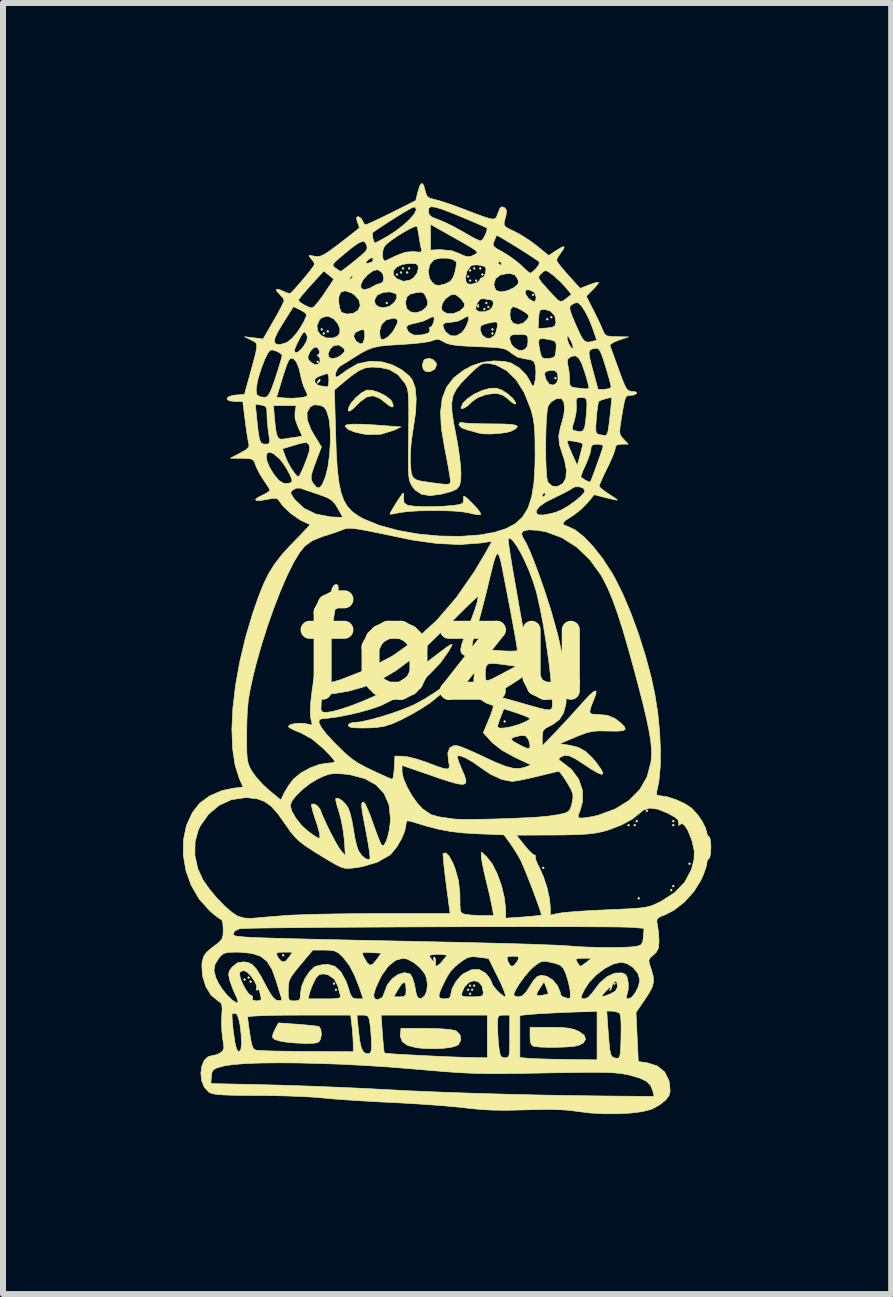
<source format=kicad_pcb>
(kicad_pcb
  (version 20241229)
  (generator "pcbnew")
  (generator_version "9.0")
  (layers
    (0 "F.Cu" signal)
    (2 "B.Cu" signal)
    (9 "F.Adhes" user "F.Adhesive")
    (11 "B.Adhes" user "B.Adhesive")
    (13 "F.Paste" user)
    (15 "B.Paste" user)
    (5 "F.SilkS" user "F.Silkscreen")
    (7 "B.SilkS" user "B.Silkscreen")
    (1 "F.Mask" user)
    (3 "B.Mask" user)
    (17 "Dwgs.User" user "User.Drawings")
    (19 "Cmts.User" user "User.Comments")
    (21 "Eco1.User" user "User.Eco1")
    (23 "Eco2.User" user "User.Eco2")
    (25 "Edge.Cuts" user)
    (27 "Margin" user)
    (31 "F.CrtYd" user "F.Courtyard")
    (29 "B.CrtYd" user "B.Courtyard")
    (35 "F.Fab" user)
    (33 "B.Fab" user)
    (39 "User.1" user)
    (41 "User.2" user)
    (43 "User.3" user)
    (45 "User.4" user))
  (footprint "fozu"
    (layer "F.Cu")
    (at 4.396 7.774)
    (property "Reference" "fozu" (at 0 0 0) (layer "F.SilkS") (effects (font (size 1.524 1.524) (thickness 0.3))))
    (attr through_hole)
    (fp_poly (pts (xy -3.353 5.503) (xy -3.37 5.52) (xy -3.387 5.503) (xy -3.37 5.486) (xy -3.353 5.503)) (stroke (width 0.01) (type solid)) (fill yes) (layer "F.SilkS"))
    (fp_poly (pts (xy -3.285 5.469) (xy -3.302 5.486) (xy -3.319 5.469) (xy -3.302 5.453) (xy -3.285 5.469)) (stroke (width 0.01) (type solid)) (fill yes) (layer "F.SilkS"))
    (fp_poly (pts (xy -3.251 5.537) (xy -3.268 5.554) (xy -3.285 5.537) (xy -3.268 5.52) (xy -3.251 5.537)) (stroke (width 0.01) (type solid)) (fill yes) (layer "F.SilkS"))
    (fp_poly (pts (xy -2.709 5.097) (xy -2.726 5.114) (xy -2.743 5.097) (xy -2.726 5.08) (xy -2.709 5.097)) (stroke (width 0.01) (type solid)) (fill yes) (layer "F.SilkS"))
    (fp_poly (pts (xy -2.134 -4.792) (xy -2.151 -4.775) (xy -2.167 -4.792) (xy -2.151 -4.809) (xy -2.134 -4.792)) (stroke (width 0.01) (type solid)) (fill yes) (layer "F.SilkS"))
    (fp_poly (pts (xy -2.066 -5.334) (xy -2.083 -5.317) (xy -2.1 -5.334) (xy -2.083 -5.351) (xy -2.066 -5.334)) (stroke (width 0.01) (type solid)) (fill yes) (layer "F.SilkS"))
    (fp_poly (pts (xy -2.032 -5.266) (xy -2.049 -5.249) (xy -2.066 -5.266) (xy -2.049 -5.283) (xy -2.032 -5.266)) (stroke (width 0.01) (type solid)) (fill yes) (layer "F.SilkS"))
    (fp_poly (pts (xy -1.964 -5.3) (xy -1.981 -5.283) (xy -1.998 -5.3) (xy -1.981 -5.317) (xy -1.964 -5.3)) (stroke (width 0.01) (type solid)) (fill yes) (layer "F.SilkS"))
    (fp_poly (pts (xy -1.863 5.571) (xy -1.88 5.588) (xy -1.897 5.571) (xy -1.88 5.554) (xy -1.863 5.571)) (stroke (width 0.01) (type solid)) (fill yes) (layer "F.SilkS"))
    (fp_poly (pts (xy -1.829 5.673) (xy -1.846 5.69) (xy -1.863 5.673) (xy -1.846 5.656) (xy -1.829 5.673)) (stroke (width 0.01) (type solid)) (fill yes) (layer "F.SilkS"))
    (fp_poly (pts (xy -0.982 -5.774) (xy -0.999 -5.757) (xy -1.016 -5.774) (xy -0.999 -5.791) (xy -0.982 -5.774)) (stroke (width 0.01) (type solid)) (fill yes) (layer "F.SilkS"))
    (fp_poly (pts (xy -0.813 -6.248) (xy -0.83 -6.231) (xy -0.847 -6.248) (xy -0.83 -6.265) (xy -0.813 -6.248)) (stroke (width 0.01) (type solid)) (fill yes) (layer "F.SilkS"))
    (fp_poly (pts (xy -0.745 -6.282) (xy -0.762 -6.265) (xy -0.779 -6.282) (xy -0.762 -6.299) (xy -0.745 -6.282)) (stroke (width 0.01) (type solid)) (fill yes) (layer "F.SilkS"))
    (fp_poly (pts (xy -0.711 -6.35) (xy -0.728 -6.333) (xy -0.745 -6.35) (xy -0.728 -6.367) (xy -0.711 -6.35)) (stroke (width 0.01) (type solid)) (fill yes) (layer "F.SilkS"))
    (fp_poly (pts (xy -0.643 -6.282) (xy -0.66 -6.265) (xy -0.677 -6.282) (xy -0.66 -6.299) (xy -0.643 -6.282)) (stroke (width 0.01) (type solid)) (fill yes) (layer "F.SilkS"))
    (fp_poly (pts (xy -0.61 -6.35) (xy -0.627 -6.333) (xy -0.643 -6.35) (xy -0.627 -6.367) (xy -0.61 -6.35)) (stroke (width 0.01) (type solid)) (fill yes) (layer "F.SilkS"))
    (fp_poly (pts (xy 0.373 -6.215) (xy 0.356 -6.198) (xy 0.339 -6.215) (xy 0.356 -6.231) (xy 0.373 -6.215)) (stroke (width 0.01) (type solid)) (fill yes) (layer "F.SilkS"))
    (fp_poly (pts (xy 0.373 5.673) (xy 0.356 5.69) (xy 0.339 5.673) (xy 0.356 5.656) (xy 0.373 5.673)) (stroke (width 0.01) (type solid)) (fill yes) (layer "F.SilkS"))
    (fp_poly (pts (xy 0.406 -6.316) (xy 0.389 -6.299) (xy 0.373 -6.316) (xy 0.389 -6.333) (xy 0.406 -6.316)) (stroke (width 0.01) (type solid)) (fill yes) (layer "F.SilkS"))
    (fp_poly (pts (xy 0.406 -6.147) (xy 0.389 -6.13) (xy 0.373 -6.147) (xy 0.389 -6.164) (xy 0.406 -6.147)) (stroke (width 0.01) (type solid)) (fill yes) (layer "F.SilkS"))
    (fp_poly (pts (xy 0.406 5.605) (xy 0.389 5.622) (xy 0.373 5.605) (xy 0.389 5.588) (xy 0.406 5.605)) (stroke (width 0.01) (type solid)) (fill yes) (layer "F.SilkS"))
    (fp_poly (pts (xy 0.406 5.74) (xy 0.389 5.757) (xy 0.373 5.74) (xy 0.389 5.723) (xy 0.406 5.74)) (stroke (width 0.01) (type solid)) (fill yes) (layer "F.SilkS"))
    (fp_poly (pts (xy 0.44 5.673) (xy 0.423 5.69) (xy 0.406 5.673) (xy 0.423 5.656) (xy 0.44 5.673)) (stroke (width 0.01) (type solid)) (fill yes) (layer "F.SilkS"))
    (fp_poly (pts (xy 0.474 -6.35) (xy 0.457 -6.333) (xy 0.44 -6.35) (xy 0.457 -6.367) (xy 0.474 -6.35)) (stroke (width 0.01) (type solid)) (fill yes) (layer "F.SilkS"))
    (fp_poly (pts (xy 0.474 5.605) (xy 0.457 5.622) (xy 0.44 5.605) (xy 0.457 5.588) (xy 0.474 5.605)) (stroke (width 0.01) (type solid)) (fill yes) (layer "F.SilkS"))
    (fp_poly (pts (xy 0.508 -6.147) (xy 0.491 -6.13) (xy 0.474 -6.147) (xy 0.491 -6.164) (xy 0.508 -6.147)) (stroke (width 0.01) (type solid)) (fill yes) (layer "F.SilkS"))
    (fp_poly (pts (xy 0.576 -6.35) (xy 0.559 -6.333) (xy 0.542 -6.35) (xy 0.559 -6.367) (xy 0.576 -6.35)) (stroke (width 0.01) (type solid)) (fill yes) (layer "F.SilkS"))
    (fp_poly (pts (xy 0.61 -6.248) (xy 0.593 -6.231) (xy 0.576 -6.248) (xy 0.593 -6.265) (xy 0.61 -6.248)) (stroke (width 0.01) (type solid)) (fill yes) (layer "F.SilkS"))
    (fp_poly (pts (xy 0.643 -5.673) (xy 0.627 -5.656) (xy 0.61 -5.673) (xy 0.627 -5.69) (xy 0.643 -5.673)) (stroke (width 0.01) (type solid)) (fill yes) (layer "F.SilkS"))
    (fp_poly (pts (xy 0.677 -5.774) (xy 0.66 -5.757) (xy 0.643 -5.774) (xy 0.66 -5.791) (xy 0.677 -5.774)) (stroke (width 0.01) (type solid)) (fill yes) (layer "F.SilkS"))
    (fp_poly (pts (xy 0.711 -5.707) (xy 0.694 -5.69) (xy 0.677 -5.707) (xy 0.694 -5.723) (xy 0.711 -5.707)) (stroke (width 0.01) (type solid)) (fill yes) (layer "F.SilkS"))
    (fp_poly (pts (xy 0.779 -5.334) (xy 0.762 -5.317) (xy 0.745 -5.334) (xy 0.762 -5.351) (xy 0.779 -5.334)) (stroke (width 0.01) (type solid)) (fill yes) (layer "F.SilkS"))
    (fp_poly (pts (xy 0.779 -5.266) (xy 0.762 -5.249) (xy 0.745 -5.266) (xy 0.762 -5.283) (xy 0.779 -5.266)) (stroke (width 0.01) (type solid)) (fill yes) (layer "F.SilkS"))
    (fp_poly (pts (xy 0.982 1.202) (xy 0.965 1.219) (xy 0.948 1.202) (xy 0.965 1.185) (xy 0.982 1.202)) (stroke (width 0.01) (type solid)) (fill yes) (layer "F.SilkS"))
    (fp_poly (pts (xy 1.456 -5.91) (xy 1.439 -5.893) (xy 1.422 -5.91) (xy 1.439 -5.927) (xy 1.456 -5.91)) (stroke (width 0.01) (type solid)) (fill yes) (layer "F.SilkS"))
    (fp_poly (pts (xy 1.626 3.641) (xy 1.609 3.658) (xy 1.592 3.641) (xy 1.609 3.624) (xy 1.626 3.641)) (stroke (width 0.01) (type solid)) (fill yes) (layer "F.SilkS"))
    (fp_poly (pts (xy 1.693 -5.503) (xy 1.676 -5.486) (xy 1.659 -5.503) (xy 1.676 -5.52) (xy 1.693 -5.503)) (stroke (width 0.01) (type solid)) (fill yes) (layer "F.SilkS"))
    (fp_poly (pts (xy 1.761 -5.537) (xy 1.744 -5.52) (xy 1.727 -5.537) (xy 1.744 -5.554) (xy 1.761 -5.537)) (stroke (width 0.01) (type solid)) (fill yes) (layer "F.SilkS"))
    (fp_poly (pts (xy 1.829 -4.521) (xy 1.812 -4.504) (xy 1.795 -4.521) (xy 1.812 -4.538) (xy 1.829 -4.521)) (stroke (width 0.01) (type solid)) (fill yes) (layer "F.SilkS"))
    (fp_poly (pts (xy 2.811 5.571) (xy 2.794 5.588) (xy 2.777 5.571) (xy 2.794 5.554) (xy 2.811 5.571)) (stroke (width 0.01) (type solid)) (fill yes) (layer "F.SilkS"))
    (fp_poly (pts (xy 3.048 2.929) (xy 3.031 2.946) (xy 3.014 2.929) (xy 3.031 2.913) (xy 3.048 2.929)) (stroke (width 0.01) (type solid)) (fill yes) (layer "F.SilkS"))
    (fp_poly (pts (xy 3.15 2.929) (xy 3.133 2.946) (xy 3.116 2.929) (xy 3.133 2.913) (xy 3.15 2.929)) (stroke (width 0.01) (type solid)) (fill yes) (layer "F.SilkS"))
    (fp_poly (pts (xy 3.183 2.862) (xy 3.167 2.879) (xy 3.15 2.862) (xy 3.167 2.845) (xy 3.183 2.862)) (stroke (width 0.01) (type solid)) (fill yes) (layer "F.SilkS"))
    (fp_poly (pts (xy 3.217 4.149) (xy 3.2 4.166) (xy 3.183 4.149) (xy 3.2 4.132) (xy 3.217 4.149)) (stroke (width 0.01) (type solid)) (fill yes) (layer "F.SilkS"))
    (fp_poly (pts (xy 3.353 2.692) (xy 3.336 2.709) (xy 3.319 2.692) (xy 3.336 2.675) (xy 3.353 2.692)) (stroke (width 0.01) (type solid)) (fill yes) (layer "F.SilkS"))
    (fp_poly (pts (xy 3.759 4.013) (xy 3.742 4.03) (xy 3.725 4.013) (xy 3.742 3.996) (xy 3.759 4.013)) (stroke (width 0.01) (type solid)) (fill yes) (layer "F.SilkS"))
    (fp_poly (pts (xy 3.793 2.862) (xy 3.776 2.879) (xy 3.759 2.862) (xy 3.776 2.845) (xy 3.793 2.862)) (stroke (width 0.01) (type solid)) (fill yes) (layer "F.SilkS"))
    (fp_poly (pts (xy 3.793 2.929) (xy 3.776 2.946) (xy 3.759 2.929) (xy 3.776 2.913) (xy 3.793 2.929)) (stroke (width 0.01) (type solid)) (fill yes) (layer "F.SilkS"))
    (fp_poly (pts (xy 3.793 3.945) (xy 3.776 3.962) (xy 3.759 3.945) (xy 3.776 3.929) (xy 3.793 3.945)) (stroke (width 0.01) (type solid)) (fill yes) (layer "F.SilkS"))
    (fp_poly (pts (xy 4.064 3.573) (xy 4.047 3.59) (xy 4.03 3.573) (xy 4.047 3.556) (xy 4.064 3.573)) (stroke (width 0.01) (type solid)) (fill yes) (layer "F.SilkS"))
    (fp_poly (pts (xy 0.531 -5.746) (xy 0.535 -5.706) (xy 0.531 -5.701) (xy 0.51 -5.706) (xy 0.508 -5.723) (xy 0.52 -5.751) (xy 0.531 -5.746)) (stroke (width 0.01) (type solid)) (fill yes) (layer "F.SilkS"))
    (fp_poly (pts (xy -2.11 -4.482) (xy -2.117 -4.47) (xy -2.149 -4.438) (xy -2.155 -4.437) (xy -2.157 -4.458) (xy -2.151 -4.47) (xy -2.119 -4.503) (xy -2.113 -4.504) (xy -2.11 -4.482)) (stroke (width 0.01) (type solid)) (fill yes) (layer "F.SilkS"))
    (fp_poly (pts (xy -0.224 -4.828) (xy -0.175 -4.773) (xy -0.169 -4.744) (xy -0.198 -4.673) (xy -0.27 -4.632) (xy -0.347 -4.631) (xy -0.392 -4.67) (xy -0.406 -4.74) (xy -0.385 -4.811) (xy -0.364 -4.835) (xy -0.296 -4.853) (xy -0.224 -4.828)) (stroke (width 0.01) (type solid)) (fill yes) (layer "F.SilkS"))
    (fp_poly (pts (xy -1.417 -3.753) (xy -1.197 -3.741) (xy -1.05 -3.73) (xy -0.762 -3.708) (xy -0.881 -3.653) (xy -1.097 -3.586) (xy -1.33 -3.582) (xy -1.393 -3.591) (xy -1.534 -3.623) (xy -1.637 -3.665) (xy -1.689 -3.711) (xy -1.693 -3.727) (xy -1.663 -3.745) (xy -1.571 -3.754) (xy -1.417 -3.753)) (stroke (width 0.01) (type solid)) (fill yes) (layer "F.SilkS"))
    (fp_poly (pts (xy -0.339 6.317) (xy -0.123 6.322) (xy 0.038 6.334) (xy 0.139 6.352) (xy 0.161 6.361) (xy 0.222 6.425) (xy 0.235 6.508) (xy 0.2 6.581) (xy 0.169 6.604) (xy 0.081 6.631) (xy -0.054 6.649) (xy -0.213 6.656) (xy -0.377 6.652) (xy -0.506 6.639) (xy -0.654 6.6) (xy -0.741 6.538) (xy -0.774 6.447) (xy -0.772 6.401) (xy -0.762 6.316) (xy -0.339 6.317)) (stroke (width 0.01) (type solid)) (fill yes) (layer "F.SilkS"))
    (fp_poly (pts (xy 1.903 6.302) (xy 2.028 6.313) (xy 2.122 6.334) (xy 2.2 6.366) (xy 2.291 6.432) (xy 2.315 6.499) (xy 2.275 6.561) (xy 2.193 6.602) (xy 2.114 6.617) (xy 1.988 6.627) (xy 1.839 6.633) (xy 1.686 6.633) (xy 1.551 6.628) (xy 1.457 6.617) (xy 1.448 6.615) (xy 1.408 6.586) (xy 1.391 6.517) (xy 1.389 6.449) (xy 1.389 6.299) (xy 1.729 6.299) (xy 1.903 6.302)) (stroke (width 0.01) (type solid)) (fill yes) (layer "F.SilkS"))
    (fp_poly (pts (xy -2.478 6.249) (xy -2.336 6.261) (xy -2.22 6.272) (xy -2.146 6.282) (xy -2.129 6.286) (xy -2.098 6.337) (xy -2.089 6.421) (xy -2.104 6.495) (xy -2.124 6.534) (xy -2.16 6.556) (xy -2.228 6.566) (xy -2.343 6.567) (xy -2.378 6.567) (xy -2.526 6.56) (xy -2.669 6.547) (xy -2.769 6.531) (xy -2.866 6.503) (xy -2.905 6.465) (xy -2.894 6.401) (xy -2.859 6.328) (xy -2.806 6.226) (xy -2.478 6.249)) (stroke (width 0.01) (type solid)) (fill yes) (layer "F.SilkS"))
    (fp_poly (pts (xy -1.245 -4.319) (xy -1.133 -4.283) (xy -1.021 -4.227) (xy -0.937 -4.162) (xy -0.915 -4.132) (xy -0.89 -4.061) (xy -0.909 -4.038) (xy -0.966 -4.067) (xy -0.991 -4.088) (xy -1.12 -4.187) (xy -1.23 -4.227) (xy -1.334 -4.207) (xy -1.444 -4.127) (xy -1.473 -4.098) (xy -1.566 -4.008) (xy -1.622 -3.969) (xy -1.642 -3.98) (xy -1.635 -4.03) (xy -1.592 -4.109) (xy -1.513 -4.198) (xy -1.42 -4.276) (xy -1.337 -4.321) (xy -1.333 -4.322) (xy -1.245 -4.319)) (stroke (width 0.01) (type solid)) (fill yes) (layer "F.SilkS"))
    (fp_poly (pts (xy 0.257 -3.78) (xy 0.31 -3.772) (xy 0.415 -3.766) (xy 0.56 -3.761) (xy 0.727 -3.759) (xy 0.748 -3.759) (xy 0.947 -3.757) (xy 1.082 -3.749) (xy 1.158 -3.734) (xy 1.179 -3.711) (xy 1.148 -3.678) (xy 1.085 -3.642) (xy 1.003 -3.617) (xy 0.879 -3.6) (xy 0.74 -3.591) (xy 0.614 -3.593) (xy 0.527 -3.607) (xy 0.525 -3.608) (xy 0.473 -3.623) (xy 0.384 -3.648) (xy 0.347 -3.657) (xy 0.245 -3.695) (xy 0.204 -3.741) (xy 0.203 -3.747) (xy 0.224 -3.784) (xy 0.257 -3.78)) (stroke (width 0.01) (type solid)) (fill yes) (layer "F.SilkS"))
    (fp_poly (pts (xy 0.832 -4.354) (xy 0.922 -4.32) (xy 1.017 -4.258) (xy 1.099 -4.186) (xy 1.146 -4.118) (xy 1.151 -4.095) (xy 1.131 -4.089) (xy 1.077 -4.125) (xy 1.04 -4.159) (xy 0.942 -4.235) (xy 0.844 -4.265) (xy 0.802 -4.267) (xy 0.655 -4.248) (xy 0.517 -4.198) (xy 0.417 -4.127) (xy 0.409 -4.118) (xy 0.351 -4.062) (xy 0.29 -4.023) (xy 0.247 -4.012) (xy 0.237 -4.024) (xy 0.268 -4.101) (xy 0.348 -4.181) (xy 0.461 -4.256) (xy 0.59 -4.316) (xy 0.719 -4.352) (xy 0.83 -4.354) (xy 0.832 -4.354)) (stroke (width 0.01) (type solid)) (fill yes) (layer "F.SilkS"))
    (fp_poly (pts (xy 0.224 0.427) (xy 0.179 0.48) (xy 0.104 0.558) (xy 0.009 0.649) (xy -0.097 0.743) (xy -0.203 0.832) (xy -0.291 0.9) (xy -0.427 0.989) (xy -0.592 1.085) (xy -0.751 1.168) (xy -0.761 1.173) (xy -0.913 1.241) (xy -1.038 1.281) (xy -1.165 1.301) (xy -1.283 1.308) (xy -1.416 1.31) (xy -1.527 1.307) (xy -1.596 1.3) (xy -1.601 1.299) (xy -1.642 1.272) (xy -1.629 1.241) (xy -1.571 1.221) (xy -1.543 1.219) (xy -1.434 1.207) (xy -1.279 1.173) (xy -1.097 1.123) (xy -0.906 1.063) (xy -0.722 0.997) (xy -0.564 0.931) (xy -0.532 0.916) (xy -0.369 0.827) (xy -0.195 0.717) (xy -0.045 0.609) (xy -0.023 0.592) (xy 0.081 0.508) (xy 0.166 0.444) (xy 0.218 0.41) (xy 0.226 0.406) (xy 0.224 0.427)) (stroke (width 0.01) (type solid)) (fill yes) (layer "F.SilkS"))
    (fp_poly (pts (xy -0.716 -2.579) (xy -0.718 -2.517) (xy -0.712 -2.444) (xy -0.659 -2.406) (xy -0.643 -2.402) (xy -0.55 -2.387) (xy -0.41 -2.379) (xy -0.243 -2.379) (xy -0.068 -2.385) (xy 0.094 -2.398) (xy 0.102 -2.399) (xy 0.208 -2.414) (xy 0.262 -2.433) (xy 0.28 -2.465) (xy 0.279 -2.506) (xy 0.278 -2.547) (xy 0.294 -2.553) (xy 0.337 -2.52) (xy 0.417 -2.444) (xy 0.429 -2.431) (xy 0.507 -2.348) (xy 0.556 -2.282) (xy 0.567 -2.249) (xy 0.567 -2.249) (xy 0.524 -2.244) (xy 0.439 -2.258) (xy 0.382 -2.273) (xy 0.274 -2.292) (xy 0.116 -2.306) (xy -0.073 -2.313) (xy -0.276 -2.314) (xy -0.474 -2.309) (xy -0.649 -2.298) (xy -0.784 -2.28) (xy -0.804 -2.276) (xy -0.891 -2.258) (xy -0.942 -2.253) (xy -0.948 -2.255) (xy -0.932 -2.291) (xy -0.89 -2.362) (xy -0.837 -2.449) (xy -0.783 -2.531) (xy -0.741 -2.59) (xy -0.724 -2.608) (xy -0.716 -2.579)) (stroke (width 0.01) (type solid)) (fill yes) (layer "F.SilkS"))
    (fp_poly (pts (xy -0.383 -7.734) (xy -0.359 -7.641) (xy -0.334 -7.561) (xy -0.286 -7.521) (xy -0.212 -7.502) (xy -0.129 -7.48) (xy -0.002 -7.44) (xy 0.15 -7.387) (xy 0.27 -7.342) (xy 0.465 -7.267) (xy 0.607 -7.215) (xy 0.704 -7.184) (xy 0.767 -7.172) (xy 0.805 -7.18) (xy 0.828 -7.204) (xy 0.845 -7.245) (xy 0.852 -7.267) (xy 0.886 -7.349) (xy 0.916 -7.378) (xy 0.958 -7.364) (xy 0.973 -7.355) (xy 0.998 -7.315) (xy 0.988 -7.237) (xy 0.982 -7.212) (xy 0.958 -7.125) (xy 0.958 -7.072) (xy 0.992 -7.034) (xy 1.071 -6.993) (xy 1.126 -6.968) (xy 1.247 -6.902) (xy 1.386 -6.812) (xy 1.502 -6.726) (xy 1.699 -6.565) (xy 1.832 -6.653) (xy 1.92 -6.705) (xy 1.958 -6.712) (xy 1.946 -6.674) (xy 1.897 -6.604) (xy 1.85 -6.535) (xy 1.831 -6.486) (xy 1.831 -6.485) (xy 1.852 -6.447) (xy 1.909 -6.372) (xy 1.992 -6.275) (xy 2.028 -6.234) (xy 2.224 -6.017) (xy 2.369 -6.075) (xy 2.458 -6.106) (xy 2.517 -6.12) (xy 2.529 -6.118) (xy 2.516 -6.089) (xy 2.467 -6.029) (xy 2.435 -5.996) (xy 2.326 -5.887) (xy 2.449 -5.645) (xy 2.513 -5.516) (xy 2.567 -5.4) (xy 2.603 -5.317) (xy 2.606 -5.309) (xy 2.631 -5.256) (xy 2.669 -5.227) (xy 2.74 -5.215) (xy 2.835 -5.212) (xy 3.031 -5.209) (xy 2.869 -5.155) (xy 2.779 -5.118) (xy 2.727 -5.082) (xy 2.721 -5.065) (xy 2.737 -5.02) (xy 2.771 -4.926) (xy 2.818 -4.797) (xy 2.866 -4.665) (xy 2.923 -4.508) (xy 2.966 -4.404) (xy 2.999 -4.342) (xy 3.031 -4.312) (xy 3.068 -4.302) (xy 3.092 -4.301) (xy 3.155 -4.291) (xy 3.167 -4.267) (xy 3.12 -4.241) (xy 3.064 -4.233) (xy 3.026 -4.232) (xy 2.999 -4.22) (xy 2.978 -4.187) (xy 2.959 -4.121) (xy 2.938 -4.011) (xy 2.91 -3.846) (xy 2.909 -3.835) (xy 2.889 -3.707) (xy 2.883 -3.627) (xy 2.893 -3.575) (xy 2.923 -3.531) (xy 2.947 -3.505) (xy 3.026 -3.421) (xy 2.918 -3.421) (xy 2.841 -3.411) (xy 2.812 -3.374) (xy 2.811 -3.357) (xy 2.796 -3.299) (xy 2.757 -3.199) (xy 2.701 -3.075) (xy 2.675 -3.022) (xy 2.615 -2.898) (xy 2.569 -2.797) (xy 2.543 -2.734) (xy 2.54 -2.722) (xy 2.566 -2.689) (xy 2.634 -2.635) (xy 2.692 -2.596) (xy 2.777 -2.541) (xy 2.833 -2.501) (xy 2.845 -2.489) (xy 2.815 -2.491) (xy 2.738 -2.508) (xy 2.652 -2.529) (xy 2.459 -2.579) (xy 2.344 -2.441) (xy 2.243 -2.338) (xy 2.123 -2.243) (xy 2.08 -2.215) (xy 1.979 -2.15) (xy 1.937 -2.105) (xy 1.953 -2.074) (xy 2.007 -2.054) (xy 2.138 -1.993) (xy 2.287 -1.877) (xy 2.443 -1.712) (xy 2.602 -1.509) (xy 2.754 -1.274) (xy 2.798 -1.198) (xy 2.934 -0.926) (xy 3.07 -0.604) (xy 3.199 -0.252) (xy 3.314 0.113) (xy 3.41 0.472) (xy 3.469 0.75) (xy 3.518 1.062) (xy 3.549 1.375) (xy 3.562 1.678) (xy 3.559 1.956) (xy 3.537 2.195) (xy 3.502 2.362) (xy 3.497 2.421) (xy 3.536 2.438) (xy 3.546 2.438) (xy 3.675 2.457) (xy 3.828 2.507) (xy 3.975 2.575) (xy 4.083 2.648) (xy 4.175 2.747) (xy 4.257 2.864) (xy 4.314 2.978) (xy 4.335 3.064) (xy 4.353 3.11) (xy 4.369 3.116) (xy 4.387 3.146) (xy 4.4 3.225) (xy 4.403 3.302) (xy 4.397 3.404) (xy 4.383 3.472) (xy 4.369 3.488) (xy 4.342 3.517) (xy 4.335 3.564) (xy 4.321 3.634) (xy 4.284 3.739) (xy 4.238 3.844) (xy 4.12 4.035) (xy 3.964 4.209) (xy 3.788 4.347) (xy 3.648 4.419) (xy 3.553 4.457) (xy 3.509 4.49) (xy 3.501 4.536) (xy 3.513 4.602) (xy 3.53 4.719) (xy 3.538 4.85) (xy 3.538 4.872) (xy 3.528 4.98) (xy 3.49 5.051) (xy 3.444 5.094) (xy 3.388 5.143) (xy 3.369 5.185) (xy 3.38 5.247) (xy 3.403 5.315) (xy 3.44 5.439) (xy 3.448 5.539) (xy 3.422 5.637) (xy 3.358 5.752) (xy 3.305 5.832) (xy 3.155 6.051) (xy 3.174 6.46) (xy 3.193 6.869) (xy 3.343 6.891) (xy 3.511 6.944) (xy 3.633 7.044) (xy 3.703 7.187) (xy 3.716 7.259) (xy 3.723 7.365) (xy 3.706 7.435) (xy 3.656 7.502) (xy 3.64 7.519) (xy 3.548 7.592) (xy 3.431 7.656) (xy 3.39 7.672) (xy 3.249 7.706) (xy 3.06 7.729) (xy 2.841 7.74) (xy 2.61 7.74) (xy 2.386 7.727) (xy 2.201 7.704) (xy 2.052 7.684) (xy 1.885 7.672) (xy 1.686 7.668) (xy 1.441 7.672) (xy 1.321 7.675) (xy 1.027 7.682) (xy 0.779 7.68) (xy 0.555 7.668) (xy 0.332 7.645) (xy 0.305 7.642) (xy 0.142 7.624) (xy -0.072 7.605) (xy -0.318 7.587) (xy -0.58 7.57) (xy -0.841 7.556) (xy -0.914 7.552) (xy -1.166 7.54) (xy -1.418 7.525) (xy -1.656 7.51) (xy -1.863 7.495) (xy -2.024 7.481) (xy -2.066 7.476) (xy -2.212 7.464) (xy -2.409 7.453) (xy -2.639 7.444) (xy -2.885 7.438) (xy -3.129 7.435) (xy -3.151 7.435) (xy -3.398 7.434) (xy -3.587 7.431) (xy -3.726 7.426) (xy -3.826 7.418) (xy -3.895 7.407) (xy -3.942 7.391) (xy -3.968 7.377) (xy -4.041 7.298) (xy -4.065 7.237) (xy -3.932 7.237) (xy -2.974 7.258) (xy -2.655 7.267) (xy -2.294 7.279) (xy -1.916 7.294) (xy -1.545 7.31) (xy -1.205 7.327) (xy -1.067 7.334) (xy -0.628 7.357) (xy -0.136 7.378) (xy 0.396 7.397) (xy 0.953 7.413) (xy 1.52 7.427) (xy 2.085 7.437) (xy 2.632 7.444) (xy 2.735 7.445) (xy 3.456 7.451) (xy 3.435 7.358) (xy 3.397 7.266) (xy 3.326 7.197) (xy 3.209 7.142) (xy 3.039 7.094) (xy 2.965 7.079) (xy 2.887 7.067) (xy 2.795 7.058) (xy 2.683 7.052) (xy 2.541 7.05) (xy 2.362 7.049) (xy 2.138 7.052) (xy 1.859 7.056) (xy 1.626 7.06) (xy 1.302 7.066) (xy 1.033 7.07) (xy 0.803 7.071) (xy 0.6 7.07) (xy 0.41 7.064) (xy 0.218 7.055) (xy 0.011 7.041) (xy -0.225 7.022) (xy -0.503 6.998) (xy -0.61 6.989) (xy -0.984 6.959) (xy -1.365 6.935) (xy -1.745 6.915) (xy -2.116 6.902) (xy -2.47 6.893) (xy -2.798 6.891) (xy -3.094 6.894) (xy -3.348 6.903) (xy -3.552 6.919) (xy -3.699 6.94) (xy -3.725 6.946) (xy -3.831 6.976) (xy -3.888 7.006) (xy -3.913 7.049) (xy -3.922 7.116) (xy -3.932 7.237) (xy -4.065 7.237) (xy -4.084 7.189) (xy -4.098 7.067) (xy -4.083 6.949) (xy -4.042 6.85) (xy -3.976 6.787) (xy -3.917 6.773) (xy -3.83 6.754) (xy -3.771 6.724) (xy -3.731 6.688) (xy -3.715 6.643) (xy -3.721 6.567) (xy -3.733 6.495) (xy -3.749 6.356) (xy -3.754 6.196) (xy -3.75 6.109) (xy -3.579 6.109) (xy -3.574 6.199) (xy -3.562 6.325) (xy -3.553 6.396) (xy -3.529 6.558) (xy -3.504 6.657) (xy -3.478 6.702) (xy -3.467 6.706) (xy -3.432 6.674) (xy -3.421 6.58) (xy -3.421 6.579) (xy -3.427 6.414) (xy -3.444 6.266) (xy -3.469 6.151) (xy -3.478 6.128) (xy -3.319 6.128) (xy -3.314 6.176) (xy -3.302 6.271) (xy -3.284 6.394) (xy -3.281 6.414) (xy -3.259 6.547) (xy -3.237 6.626) (xy -3.209 6.666) (xy -3.171 6.682) (xy -3.117 6.686) (xy -3.006 6.691) (xy -2.849 6.695) (xy -2.657 6.698) (xy -2.439 6.7) (xy -2.328 6.701) (xy -1.558 6.706) (xy -1.558 6.579) (xy -1.563 6.467) (xy -1.574 6.331) (xy -1.58 6.274) (xy -1.601 6.096) (xy -1.497 6.096) (xy -1.472 6.342) (xy -1.451 6.519) (xy -1.425 6.637) (xy -1.391 6.707) (xy -1.347 6.737) (xy -1.322 6.739) (xy -1.278 6.729) (xy -1.258 6.687) (xy -1.253 6.596) (xy -1.258 6.472) (xy -1.269 6.329) (xy -1.275 6.274) (xy -1.29 6.17) (xy -1.31 6.118) (xy -1.348 6.098) (xy -1.397 6.096) (xy -1.094 6.096) (xy -1.072 6.406) (xy -1.061 6.544) (xy -1.051 6.652) (xy -1.042 6.717) (xy -1.039 6.728) (xy -1.003 6.733) (xy -0.911 6.741) (xy -0.775 6.75) (xy -0.605 6.759) (xy -0.415 6.769) (xy -0.216 6.779) (xy -0.019 6.788) (xy 0.165 6.795) (xy 0.322 6.8) (xy 0.398 6.802) (xy 0.677 6.807) (xy 0.677 6.274) (xy 0.847 6.274) (xy 0.852 6.422) (xy 0.863 6.581) (xy 0.869 6.629) (xy 0.885 6.734) (xy 0.906 6.787) (xy 0.943 6.806) (xy 0.97 6.807) (xy 1.005 6.805) (xy 1.029 6.789) (xy 1.042 6.749) (xy 1.048 6.672) (xy 1.05 6.545) (xy 1.05 6.452) (xy 1.05 6.101) (xy 1.219 6.101) (xy 1.219 6.803) (xy 1.363 6.816) (xy 1.449 6.821) (xy 1.586 6.826) (xy 1.757 6.831) (xy 1.946 6.834) (xy 2.007 6.835) (xy 2.506 6.841) (xy 2.506 6.031) (xy 2.04 6.048) (xy 1.851 6.056) (xy 1.67 6.065) (xy 1.515 6.074) (xy 1.406 6.082) (xy 1.397 6.083) (xy 1.219 6.101) (xy 1.05 6.101) (xy 1.05 6.096) (xy 0.948 6.096) (xy 0.889 6.099) (xy 0.859 6.121) (xy 0.848 6.178) (xy 0.847 6.274) (xy 0.677 6.274) (xy 0.677 6.096) (xy -1.094 6.096) (xy -1.397 6.096) (xy -1.497 6.096) (xy -1.601 6.096) (xy -2.46 6.096) (xy -2.73 6.097) (xy -2.955 6.101) (xy -3.131 6.107) (xy -3.252 6.114) (xy -3.313 6.124) (xy -3.319 6.128) (xy -3.478 6.128) (xy -3.498 6.083) (xy -3.512 6.072) (xy -3.564 6.065) (xy -3.576 6.071) (xy -3.579 6.109) (xy -3.75 6.109) (xy -3.75 6.108) (xy -3.745 6.028) (xy 2.667 6.028) (xy 2.691 6.372) (xy 2.705 6.549) (xy 2.717 6.669) (xy 2.733 6.745) (xy 2.755 6.787) (xy 2.786 6.806) (xy 2.822 6.814) (xy 2.854 6.815) (xy 2.876 6.801) (xy 2.889 6.759) (xy 2.897 6.679) (xy 2.903 6.548) (xy 2.905 6.454) (xy 2.907 6.275) (xy 2.902 6.155) (xy 2.89 6.084) (xy 2.871 6.057) (xy 2.804 6.035) (xy 2.747 6.029) (xy 2.667 6.028) (xy -3.745 6.028) (xy -3.743 5.992) (xy -3.749 5.924) (xy -3.772 5.884) (xy -3.817 5.855) (xy -3.93 5.76) (xy -4.016 5.618) (xy -4.069 5.447) (xy -4.076 5.348) (xy -3.88 5.348) (xy -3.851 5.466) (xy -3.814 5.546) (xy -3.746 5.657) (xy -3.662 5.761) (xy -3.577 5.844) (xy -3.506 5.889) (xy -3.485 5.893) (xy -3.479 5.866) (xy -3.501 5.8) (xy -3.518 5.766) (xy -3.57 5.647) (xy -3.614 5.524) (xy -3.617 5.511) (xy -3.636 5.419) (xy -3.634 5.411) (xy -3.454 5.411) (xy -3.439 5.483) (xy -3.402 5.574) (xy -3.353 5.665) (xy -3.303 5.736) (xy -3.264 5.766) (xy -3.261 5.766) (xy -3.235 5.783) (xy -3.239 5.809) (xy -3.235 5.846) (xy -3.176 5.859) (xy -3.167 5.859) (xy -3.102 5.85) (xy -3.092 5.816) (xy -3.095 5.805) (xy -3.114 5.728) (xy -3.116 5.702) (xy -3.134 5.67) (xy -3.155 5.676) (xy -3.178 5.68) (xy -3.169 5.659) (xy -3.169 5.604) (xy -3.206 5.524) (xy -3.264 5.442) (xy -3.329 5.377) (xy -3.387 5.351) (xy -3.387 5.351) (xy -3.444 5.375) (xy -3.454 5.411) (xy -3.634 5.411) (xy -3.622 5.356) (xy -3.576 5.294) (xy -3.488 5.224) (xy -3.387 5.208) (xy -3.307 5.22) (xy -3.239 5.256) (xy -3.173 5.327) (xy -3.1 5.443) (xy -3.023 5.588) (xy -2.949 5.723) (xy -2.891 5.806) (xy -2.84 5.846) (xy -2.814 5.853) (xy -2.756 5.851) (xy -2.752 5.817) (xy -2.753 5.815) (xy -2.771 5.76) (xy -2.797 5.679) (xy -2.642 5.679) (xy -2.64 5.783) (xy -2.628 5.837) (xy -2.596 5.856) (xy -2.54 5.859) (xy -2.473 5.853) (xy -2.448 5.825) (xy -2.31 5.825) (xy -2.033 5.825) (xy -1.897 5.824) (xy -1.816 5.817) (xy -1.778 5.804) (xy -1.771 5.78) (xy -1.774 5.766) (xy -1.796 5.687) (xy -1.813 5.616) (xy -1.872 5.498) (xy -1.974 5.425) (xy -2.049 5.409) (xy -2.119 5.417) (xy -2.171 5.464) (xy -2.203 5.52) (xy -2.251 5.625) (xy -2.285 5.723) (xy -2.288 5.732) (xy -2.31 5.825) (xy -2.448 5.825) (xy -2.444 5.821) (xy -2.438 5.743) (xy -2.438 5.735) (xy -2.418 5.616) (xy -2.364 5.488) (xy -2.289 5.374) (xy -2.208 5.296) (xy -2.18 5.281) (xy -2.084 5.258) (xy -1.982 5.249) (xy -1.865 5.282) (xy -1.762 5.378) (xy -1.678 5.533) (xy -1.64 5.641) (xy -1.607 5.746) (xy -1.575 5.801) (xy -1.533 5.822) (xy -1.49 5.825) (xy -1.392 5.825) (xy -1.415 5.758) (xy -1.217 5.758) (xy -1.207 5.82) (xy -1.157 5.837) (xy -1.138 5.834) (xy -1.072 5.8) (xy -1.068 5.791) (xy -0.883 5.791) (xy -0.78 5.791) (xy -0.711 5.785) (xy -0.682 5.751) (xy -0.677 5.675) (xy -0.686 5.578) (xy -0.711 5.547) (xy -0.755 5.581) (xy -0.806 5.658) (xy -0.883 5.791) (xy -1.068 5.791) (xy -1.038 5.721) (xy -1.035 5.707) (xy -0.99 5.589) (xy -0.909 5.489) (xy -0.81 5.418) (xy -0.706 5.388) (xy -0.614 5.408) (xy -0.613 5.408) (xy -0.576 5.462) (xy -0.542 5.563) (xy -0.528 5.635) (xy -0.507 5.745) (xy -0.484 5.801) (xy -0.453 5.819) (xy -0.427 5.818) (xy -0.37 5.779) (xy -0.366 5.771) (xy -0.13 5.771) (xy -0.115 5.81) (xy -0.063 5.824) (xy -0.034 5.825) (xy 0.039 5.815) (xy 0.066 5.776) (xy 0.067 5.758) (xy 0.247 5.758) (xy 0.264 5.781) (xy 0.322 5.79) (xy 0.421 5.791) (xy 0.529 5.788) (xy 0.586 5.776) (xy 0.607 5.749) (xy 0.61 5.721) (xy 0.587 5.608) (xy 0.53 5.542) (xy 0.453 5.523) (xy 0.37 5.55) (xy 0.297 5.625) (xy 0.256 5.715) (xy 0.247 5.758) (xy 0.067 5.758) (xy 0.068 5.749) (xy 0.092 5.648) (xy 0.155 5.535) (xy 0.238 5.437) (xy 0.28 5.404) (xy 0.419 5.337) (xy 0.539 5.335) (xy 0.645 5.395) (xy 0.653 5.404) (xy 0.713 5.476) (xy 0.744 5.536) (xy 0.745 5.544) (xy 0.768 5.598) (xy 0.825 5.671) (xy 0.895 5.74) (xy 0.957 5.785) (xy 0.979 5.791) (xy 0.98 5.763) (xy 0.978 5.758) (xy 1.118 5.758) (xy 1.146 5.783) (xy 1.199 5.791) (xy 1.265 5.772) (xy 1.273 5.763) (xy 1.499 5.763) (xy 1.538 5.771) (xy 1.592 5.765) (xy 1.663 5.751) (xy 1.693 5.739) (xy 1.693 5.739) (xy 1.683 5.703) (xy 1.658 5.634) (xy 1.622 5.541) (xy 1.556 5.641) (xy 1.506 5.723) (xy 1.499 5.763) (xy 1.273 5.763) (xy 1.328 5.705) (xy 1.366 5.645) (xy 1.443 5.524) (xy 1.505 5.456) (xy 1.568 5.432) (xy 1.645 5.443) (xy 1.672 5.451) (xy 1.768 5.511) (xy 1.848 5.609) (xy 1.893 5.717) (xy 1.897 5.752) (xy 1.928 5.789) (xy 2.015 5.816) (xy 2.045 5.821) (xy 2.054 5.804) (xy 2.24 5.804) (xy 2.258 5.822) (xy 2.3 5.825) (xy 2.361 5.797) (xy 2.37 5.787) (xy 2.591 5.787) (xy 2.642 5.776) (xy 2.727 5.742) (xy 2.81 5.696) (xy 2.842 5.638) (xy 2.845 5.604) (xy 2.832 5.539) (xy 2.802 5.529) (xy 2.765 5.57) (xy 2.76 5.597) (xy 2.742 5.662) (xy 2.729 5.679) (xy 2.714 5.683) (xy 2.723 5.664) (xy 2.738 5.626) (xy 2.714 5.636) (xy 2.652 5.695) (xy 2.642 5.707) (xy 2.592 5.765) (xy 2.591 5.787) (xy 2.37 5.787) (xy 2.427 5.724) (xy 2.437 5.709) (xy 2.55 5.56) (xy 2.675 5.453) (xy 2.802 5.396) (xy 2.919 5.392) (xy 2.979 5.417) (xy 3.01 5.47) (xy 3.026 5.563) (xy 3.025 5.669) (xy 3.003 5.76) (xy 3.001 5.766) (xy 2.993 5.814) (xy 3.028 5.825) (xy 3.085 5.796) (xy 3.144 5.722) (xy 3.192 5.625) (xy 3.216 5.528) (xy 3.217 5.509) (xy 3.187 5.401) (xy 3.109 5.304) (xy 3.003 5.236) (xy 2.906 5.215) (xy 2.779 5.243) (xy 2.636 5.316) (xy 2.495 5.423) (xy 2.373 5.551) (xy 2.3 5.663) (xy 2.254 5.756) (xy 2.24 5.804) (xy 2.054 5.804) (xy 2.059 5.794) (xy 2.059 5.72) (xy 2.055 5.676) (xy 2.028 5.545) (xy 1.988 5.413) (xy 1.981 5.394) (xy 1.941 5.312) (xy 1.892 5.265) (xy 1.809 5.234) (xy 1.756 5.221) (xy 1.653 5.2) (xy 1.584 5.202) (xy 1.522 5.234) (xy 1.455 5.284) (xy 1.378 5.358) (xy 1.293 5.459) (xy 1.213 5.569) (xy 1.151 5.67) (xy 1.119 5.744) (xy 1.118 5.758) (xy 0.978 5.758) (xy 0.954 5.688) (xy 0.907 5.576) (xy 0.857 5.472) (xy 0.698 5.152) (xy 0.603 5.139) (xy 1.004 5.139) (xy 1.02 5.198) (xy 1.026 5.214) (xy 1.066 5.278) (xy 1.114 5.276) (xy 1.17 5.208) (xy 1.188 5.176) (xy 1.192 5.164) (xy 2.155 5.164) (xy 2.165 5.198) (xy 2.175 5.215) (xy 2.212 5.268) (xy 2.23 5.283) (xy 2.261 5.265) (xy 2.323 5.219) (xy 2.328 5.215) (xy 2.414 5.148) (xy 2.273 5.148) (xy 2.187 5.15) (xy 2.155 5.164) (xy 1.192 5.164) (xy 1.202 5.134) (xy 1.174 5.117) (xy 1.105 5.114) (xy 1.028 5.117) (xy 1.004 5.139) (xy 0.603 5.139) (xy 0.534 5.13) (xy 0.426 5.121) (xy 0.348 5.137) (xy 0.266 5.186) (xy 0.245 5.202) (xy 0.141 5.285) (xy 0.069 5.36) (xy 0.009 5.452) (xy -0.052 5.571) (xy -0.109 5.695) (xy -0.13 5.771) (xy -0.366 5.771) (xy -0.334 5.696) (xy -0.322 5.588) (xy -0.337 5.476) (xy -0.367 5.404) (xy -0.445 5.306) (xy -0.548 5.22) (xy -0.656 5.163) (xy -0.725 5.148) (xy -0.85 5.181) (xy -0.971 5.277) (xy -1.082 5.43) (xy -1.113 5.489) (xy -1.186 5.649) (xy -1.217 5.758) (xy -1.415 5.758) (xy -1.454 5.644) (xy -1.534 5.438) (xy -1.615 5.28) (xy -1.71 5.153) (xy -1.738 5.122) (xy -1.779 5.083) (xy -1.404 5.083) (xy -1.386 5.121) (xy -1.327 5.223) (xy -1.28 5.264) (xy -1.231 5.246) (xy -1.168 5.171) (xy -1.157 5.155) (xy -1.136 5.126) (xy -0.282 5.126) (xy -0.253 5.165) (xy -0.215 5.207) (xy -0.209 5.197) (xy -0.217 5.171) (xy -0.22 5.13) (xy -0.201 5.132) (xy -0.182 5.177) (xy -0.187 5.218) (xy -0.192 5.272) (xy -0.162 5.277) (xy -0.107 5.236) (xy -0.067 5.19) (xy 0.007 5.097) (xy -0.064 5.086) (xy -0.155 5.082) (xy -0.221 5.086) (xy -0.281 5.098) (xy -0.282 5.126) (xy -1.136 5.126) (xy -1.091 5.063) (xy -1.258 5.054) (xy -1.357 5.05) (xy -1.401 5.057) (xy -1.404 5.083) (xy -1.779 5.083) (xy -1.806 5.059) (xy -1.87 5.026) (xy -1.959 5.014) (xy -2.037 5.012) (xy -2.232 5.012) (xy -2.437 5.256) (xy -2.533 5.373) (xy -2.593 5.456) (xy -2.626 5.524) (xy -2.639 5.594) (xy -2.642 5.679) (xy -2.797 5.679) (xy -2.802 5.66) (xy -2.84 5.536) (xy -2.845 5.518) (xy -2.913 5.332) (xy -2.995 5.2) (xy -3.104 5.114) (xy -3.25 5.066) (xy -3.253 5.066) (xy -2.838 5.066) (xy -2.827 5.107) (xy -2.803 5.148) (xy -2.746 5.207) (xy -2.688 5.199) (xy -2.628 5.131) (xy -2.572 5.046) (xy -2.709 5.046) (xy -2.802 5.049) (xy -2.838 5.066) (xy -3.253 5.066) (xy -3.446 5.047) (xy -3.524 5.046) (xy -3.641 5.05) (xy -3.713 5.067) (xy -3.765 5.105) (xy -3.791 5.136) (xy -3.861 5.246) (xy -3.88 5.348) (xy -4.076 5.348) (xy -4.082 5.267) (xy -4.075 5.201) (xy -4.05 5.115) (xy -3.998 5.043) (xy -3.904 4.965) (xy -3.89 4.955) (xy -3.798 4.885) (xy -3.749 4.831) (xy -3.729 4.768) (xy -3.728 4.749) (xy -3.556 4.749) (xy -3.554 4.758) (xy -3.545 4.766) (xy -3.527 4.774) (xy -3.495 4.781) (xy -3.446 4.787) (xy -3.375 4.793) (xy -3.28 4.799) (xy -3.156 4.804) (xy -3 4.81) (xy -2.807 4.816) (xy -2.575 4.822) (xy -2.299 4.829) (xy -1.975 4.836) (xy -1.601 4.845) (xy -1.171 4.854) (xy -0.683 4.864) (xy -0.133 4.876) (xy 0.119 4.881) (xy 0.459 4.889) (xy 0.786 4.897) (xy 1.091 4.905) (xy 1.367 4.913) (xy 1.606 4.922) (xy 1.801 4.929) (xy 1.944 4.936) (xy 2.027 4.942) (xy 2.032 4.942) (xy 2.168 4.954) (xy 2.34 4.962) (xy 2.531 4.967) (xy 2.724 4.969) (xy 2.903 4.967) (xy 3.051 4.961) (xy 3.152 4.951) (xy 3.167 4.949) (xy 3.233 4.927) (xy 3.265 4.883) (xy 3.278 4.796) (xy 3.278 4.789) (xy 3.288 4.65) (xy 3.092 4.633) (xy 3.021 4.63) (xy 2.89 4.627) (xy 2.705 4.625) (xy 2.471 4.624) (xy 2.195 4.622) (xy 1.883 4.622) (xy 1.539 4.621) (xy 1.17 4.621) (xy 0.782 4.622) (xy 0.38 4.622) (xy -0.03 4.624) (xy -0.442 4.625) (xy -0.85 4.627) (xy -1.248 4.629) (xy -1.631 4.631) (xy -1.993 4.633) (xy -2.328 4.636) (xy -2.63 4.639) (xy -2.894 4.642) (xy -3.113 4.645) (xy -3.282 4.648) (xy -3.395 4.652) (xy -3.447 4.655) (xy -3.448 4.655) (xy -3.533 4.692) (xy -3.556 4.739) (xy -3.556 4.749) (xy -3.728 4.749) (xy -3.725 4.674) (xy -3.725 4.67) (xy -3.731 4.575) (xy -3.745 4.515) (xy -3.756 4.504) (xy -3.794 4.483) (xy -3.867 4.428) (xy -3.953 4.354) (xy -4.128 4.158) (xy -4.26 3.931) (xy -4.348 3.684) (xy -4.39 3.433) (xy -4.198 3.433) (xy -4.149 3.656) (xy -4.064 3.84) (xy -3.962 3.987) (xy -3.838 4.137) (xy -3.705 4.274) (xy -3.579 4.384) (xy -3.484 4.446) (xy -3.374 4.478) (xy -3.257 4.484) (xy -3.255 4.483) (xy -3.174 4.476) (xy -3.044 4.464) (xy -2.881 4.451) (xy -2.704 4.437) (xy -2.699 4.436) (xy -2.557 4.428) (xy -2.36 4.421) (xy -2.119 4.414) (xy -1.847 4.409) (xy -1.556 4.405) (xy -1.257 4.403) (xy -1.105 4.403) (xy 0.056 4.403) (xy -0.009 3.909) (xy -0.031 3.735) (xy -0.048 3.585) (xy -0.058 3.472) (xy -0.061 3.409) (xy -0.059 3.401) (xy -0.014 3.393) (xy 0.041 3.447) (xy 0.1 3.556) (xy 0.138 3.651) (xy 0.195 3.852) (xy 0.219 4.06) (xy 0.22 4.138) (xy 0.221 4.269) (xy 0.227 4.347) (xy 0.244 4.389) (xy 0.277 4.408) (xy 0.318 4.417) (xy 0.409 4.428) (xy 0.531 4.435) (xy 0.598 4.437) (xy 0.782 4.437) (xy 0.76 4.31) (xy 0.742 4.221) (xy 0.713 4.088) (xy 0.676 3.934) (xy 0.657 3.855) (xy 0.622 3.706) (xy 0.595 3.576) (xy 0.578 3.482) (xy 0.576 3.451) (xy 0.576 3.375) (xy 0.665 3.457) (xy 0.756 3.572) (xy 0.839 3.736) (xy 0.91 3.929) (xy 0.959 4.131) (xy 0.982 4.325) (xy 0.982 4.359) (xy 0.982 4.48) (xy 1.274 4.46) (xy 1.407 4.449) (xy 1.511 4.439) (xy 1.57 4.431) (xy 1.577 4.428) (xy 1.571 4.394) (xy 1.544 4.31) (xy 1.501 4.19) (xy 1.449 4.049) (xy 1.391 3.898) (xy 1.333 3.752) (xy 1.281 3.624) (xy 1.238 3.527) (xy 1.224 3.499) (xy 1.161 3.389) (xy 1.083 3.269) (xy 1.056 3.23) (xy 0.958 3.096) (xy 1.161 3.096) (xy 1.297 3.267) (xy 1.371 3.353) (xy 1.432 3.411) (xy 1.464 3.428) (xy 1.481 3.439) (xy 1.476 3.45) (xy 1.48 3.495) (xy 1.512 3.575) (xy 1.54 3.629) (xy 1.611 3.786) (xy 1.672 3.972) (xy 1.713 4.158) (xy 1.727 4.305) (xy 1.727 4.429) (xy 1.863 4.399) (xy 1.939 4.388) (xy 2.069 4.376) (xy 2.242 4.363) (xy 2.442 4.351) (xy 2.659 4.341) (xy 2.676 4.34) (xy 2.906 4.33) (xy 3.08 4.321) (xy 3.21 4.311) (xy 3.307 4.299) (xy 3.383 4.282) (xy 3.449 4.259) (xy 3.517 4.227) (xy 3.576 4.198) (xy 3.801 4.053) (xy 3.969 3.877) (xy 4.077 3.672) (xy 4.079 3.665) (xy 4.122 3.503) (xy 4.126 3.359) (xy 4.091 3.2) (xy 4.077 3.159) (xy 4.023 3.025) (xy 3.969 2.937) (xy 3.921 2.902) (xy 3.887 2.92) (xy 3.867 2.936) (xy 3.868 2.896) (xy 3.858 2.848) (xy 3.807 2.799) (xy 3.704 2.74) (xy 3.694 2.735) (xy 3.523 2.664) (xy 3.387 2.645) (xy 3.279 2.677) (xy 3.215 2.73) (xy 3.091 2.829) (xy 2.917 2.924) (xy 2.71 3.005) (xy 2.599 3.037) (xy 2.488 3.06) (xy 2.349 3.077) (xy 2.173 3.087) (xy 1.947 3.093) (xy 1.774 3.094) (xy 1.161 3.096) (xy 0.958 3.096) (xy 0.954 3.091) (xy 0.503 3.073) (xy 0.272 3.059) (xy 0.071 3.036) (xy -0.125 3) (xy -0.338 2.945) (xy -0.589 2.869) (xy -0.601 2.865) (xy -0.659 2.857) (xy -0.677 2.896) (xy -0.678 2.919) (xy -0.7 3.03) (xy -0.757 3.164) (xy -0.835 3.296) (xy -0.922 3.403) (xy -0.955 3.432) (xy -1.157 3.547) (xy -1.41 3.622) (xy -1.535 3.641) (xy -1.622 3.65) (xy -1.691 3.649) (xy -1.759 3.63) (xy -1.843 3.59) (xy -1.961 3.522) (xy -2.021 3.486) (xy -2.207 3.372) (xy -2.347 3.281) (xy -2.452 3.201) (xy -2.534 3.122) (xy -2.607 3.033) (xy -2.683 2.924) (xy -2.688 2.918) (xy -2.814 2.739) (xy -2.927 2.614) (xy -2.948 2.598) (xy -2.608 2.598) (xy -2.583 2.694) (xy -2.517 2.81) (xy -2.424 2.928) (xy -2.317 3.028) (xy -2.315 3.029) (xy -2.225 3.094) (xy -2.156 3.138) (xy -2.128 3.15) (xy -2.113 3.128) (xy -2.122 3.059) (xy -2.155 2.937) (xy -2.207 2.78) (xy -2.238 2.678) (xy -2.254 2.605) (xy -2.254 2.581) (xy -2.209 2.576) (xy -2.153 2.609) (xy -2.112 2.663) (xy -2.111 2.666) (xy -2.068 2.775) (xy -2.006 2.911) (xy -1.936 3.055) (xy -1.865 3.189) (xy -1.804 3.295) (xy -1.764 3.353) (xy -1.689 3.437) (xy -1.707 3.175) (xy -1.727 3.011) (xy -1.76 2.839) (xy -1.796 2.706) (xy -1.83 2.597) (xy -1.849 2.516) (xy -1.85 2.483) (xy -1.808 2.481) (xy -1.744 2.52) (xy -1.68 2.585) (xy -1.643 2.641) (xy -1.613 2.723) (xy -1.582 2.848) (xy -1.557 2.988) (xy -1.555 3.003) (xy -1.531 3.143) (xy -1.502 3.267) (xy -1.473 3.352) (xy -1.47 3.358) (xy -1.414 3.438) (xy -1.35 3.491) (xy -1.296 3.503) (xy -1.282 3.495) (xy -1.279 3.454) (xy -1.289 3.361) (xy -1.31 3.229) (xy -1.339 3.072) (xy -1.34 3.065) (xy -1.379 2.863) (xy -1.405 2.719) (xy -1.417 2.624) (xy -1.417 2.569) (xy -1.405 2.547) (xy -1.384 2.547) (xy -1.357 2.583) (xy -1.316 2.669) (xy -1.267 2.791) (xy -1.229 2.897) (xy -1.178 3.04) (xy -1.132 3.159) (xy -1.097 3.24) (xy -1.082 3.266) (xy -1.049 3.265) (xy -1.015 3.211) (xy -0.982 3.118) (xy -0.955 3) (xy -0.94 2.87) (xy -0.938 2.811) (xy -0.963 2.587) (xy -1.044 2.402) (xy -1.179 2.257) (xy -1.367 2.153) (xy -1.608 2.09) (xy -1.724 2.076) (xy -1.854 2.069) (xy -1.951 2.078) (xy -2.047 2.11) (xy -2.156 2.162) (xy -2.279 2.236) (xy -2.399 2.33) (xy -2.503 2.429) (xy -2.577 2.522) (xy -2.608 2.594) (xy -2.608 2.598) (xy -2.948 2.598) (xy -3.038 2.534) (xy -3.162 2.49) (xy -3.311 2.473) (xy -3.365 2.472) (xy -3.588 2.505) (xy -3.792 2.598) (xy -3.968 2.745) (xy -4.107 2.941) (xy -4.141 3.01) (xy -4.195 3.211) (xy -4.198 3.433) (xy -4.39 3.433) (xy -4.391 3.428) (xy -4.388 3.174) (xy -4.338 2.934) (xy -4.239 2.719) (xy -4.119 2.566) (xy -3.951 2.441) (xy -3.743 2.353) (xy -3.56 2.314) (xy -3.394 2.294) (xy -3.457 2.153) (xy -3.528 1.928) (xy -3.569 1.652) (xy -3.572 1.582) (xy -3.334 1.582) (xy -3.332 1.721) (xy -3.325 1.82) (xy -3.311 1.892) (xy -3.29 1.952) (xy -3.258 2.013) (xy -3.245 2.035) (xy -3.17 2.138) (xy -3.064 2.254) (xy -2.959 2.35) (xy -2.765 2.51) (xy -2.703 2.382) (xy -2.637 2.271) (xy -2.557 2.166) (xy -2.548 2.156) (xy -2.429 2.059) (xy -2.277 1.975) (xy -2.119 1.917) (xy -1.99 1.897) (xy -1.908 1.89) (xy -1.865 1.875) (xy -1.863 1.87) (xy -1.885 1.836) (xy -1.945 1.767) (xy -2.031 1.678) (xy -2.057 1.652) (xy -2.241 1.496) (xy -2.423 1.395) (xy -2.447 1.386) (xy -2.549 1.343) (xy -2.619 1.306) (xy -2.642 1.286) (xy -2.612 1.256) (xy -2.537 1.237) (xy -2.439 1.23) (xy -2.355 1.238) (xy -2.241 1.26) (xy -2.251 1.214) (xy -2.132 1.214) (xy -2.095 1.294) (xy -2.006 1.411) (xy -1.862 1.566) (xy -1.854 1.574) (xy -1.716 1.71) (xy -1.601 1.81) (xy -1.488 1.889) (xy -1.354 1.962) (xy -1.253 2.011) (xy -1.118 2.074) (xy -1.006 2.125) (xy -0.931 2.157) (xy -0.908 2.165) (xy -0.893 2.136) (xy -0.881 2.057) (xy -0.874 1.973) (xy -0.872 1.933) (xy -0.745 1.933) (xy -0.745 2.037) (xy -0.724 2.145) (xy -0.666 2.283) (xy -0.585 2.429) (xy -0.49 2.564) (xy -0.404 2.657) (xy -0.264 2.753) (xy -0.13 2.791) (xy -0.016 2.807) (xy 0.083 2.822) (xy 0.102 2.825) (xy 0.177 2.831) (xy 0.306 2.834) (xy 0.477 2.833) (xy 0.676 2.83) (xy 0.89 2.824) (xy 1.106 2.816) (xy 1.311 2.807) (xy 1.492 2.797) (xy 1.635 2.785) (xy 1.71 2.777) (xy 1.864 2.753) (xy 1.964 2.731) (xy 2.025 2.703) (xy 2.059 2.661) (xy 2.08 2.598) (xy 2.089 2.56) (xy 2.104 2.474) (xy 2.101 2.406) (xy 2.071 2.332) (xy 2.011 2.228) (xy 2.007 2.221) (xy 1.945 2.125) (xy 1.895 2.057) (xy 1.868 2.032) (xy 1.828 2.04) (xy 1.737 2.061) (xy 1.61 2.092) (xy 1.507 2.117) (xy 1.355 2.153) (xy 1.22 2.181) (xy 1.12 2.197) (xy 1.084 2.2) (xy 0.919 2.168) (xy 0.734 2.083) (xy 0.567 1.971) (xy 0.439 1.88) (xy 0.324 1.813) (xy 0.233 1.776) (xy 0.18 1.774) (xy 0.177 1.776) (xy 0.181 1.813) (xy 0.208 1.894) (xy 0.252 2.001) (xy 0.299 2.11) (xy 0.321 2.188) (xy 0.312 2.234) (xy 0.267 2.251) (xy 0.179 2.24) (xy 0.042 2.202) (xy -0.15 2.139) (xy -0.238 2.108) (xy -0.745 1.933) (xy -0.872 1.933) (xy -0.864 1.778) (xy -0.728 1.781) (xy -0.633 1.794) (xy -0.5 1.828) (xy -0.355 1.876) (xy -0.314 1.891) (xy -0.154 1.951) (xy -0.048 1.986) (xy 0.014 1.993) (xy 0.041 1.973) (xy 0.042 1.925) (xy 0.03 1.863) (xy 0.018 1.73) (xy 0.049 1.642) (xy 0.12 1.603) (xy 0.179 1.606) (xy 0.247 1.628) (xy 0.359 1.673) (xy 0.498 1.735) (xy 0.619 1.792) (xy 0.825 1.887) (xy 0.985 1.95) (xy 1.11 1.982) (xy 1.211 1.986) (xy 1.299 1.966) (xy 1.304 1.964) (xy 1.405 1.926) (xy 1.134 1.798) (xy 0.921 1.681) (xy 0.764 1.558) (xy 0.736 1.529) (xy 0.705 1.494) (xy 1.074 1.494) (xy 1.105 1.53) (xy 1.189 1.578) (xy 1.295 1.632) (xy 1.355 1.653) (xy 1.382 1.645) (xy 1.389 1.608) (xy 1.389 1.606) (xy 1.373 1.534) (xy 1.352 1.486) (xy 1.312 1.44) (xy 1.248 1.434) (xy 1.208 1.441) (xy 1.108 1.467) (xy 1.074 1.494) (xy 0.705 1.494) (xy 0.609 1.388) (xy 0.65 1.292) (xy 0.847 1.292) (xy 0.876 1.312) (xy 0.953 1.311) (xy 1.061 1.292) (xy 1.185 1.257) (xy 1.254 1.232) (xy 1.336 1.194) (xy 1.384 1.163) (xy 1.389 1.155) (xy 1.359 1.133) (xy 1.281 1.1) (xy 1.172 1.061) (xy 1.171 1.061) (xy 0.953 0.99) (xy 0.9 1.122) (xy 0.866 1.214) (xy 0.848 1.28) (xy 0.847 1.292) (xy 0.65 1.292) (xy 0.663 1.261) (xy 0.726 1.109) (xy 0.765 1.001) (xy 0.777 0.943) (xy 0.774 0.937) (xy 0.737 0.922) (xy 0.663 0.897) (xy 0.66 0.896) (xy 0.56 0.831) (xy 0.5 0.748) (xy 0.828 0.748) (xy 0.847 0.772) (xy 0.913 0.801) (xy 0.956 0.814) (xy 1.06 0.842) (xy 1.2 0.882) (xy 1.35 0.925) (xy 1.372 0.931) (xy 1.536 0.977) (xy 1.646 1.003) (xy 1.713 1.008) (xy 1.747 0.992) (xy 1.759 0.953) (xy 1.761 0.906) (xy 1.753 0.707) (xy 1.732 0.459) (xy 1.699 0.18) (xy 1.657 -0.114) (xy 1.61 -0.406) (xy 1.558 -0.678) (xy 1.505 -0.914) (xy 1.488 -0.979) (xy 1.437 -1.141) (xy 1.375 -1.307) (xy 1.305 -1.466) (xy 1.233 -1.61) (xy 1.164 -1.729) (xy 1.103 -1.813) (xy 1.056 -1.854) (xy 1.026 -1.842) (xy 1.024 -1.837) (xy 1.027 -1.796) (xy 1.041 -1.696) (xy 1.064 -1.546) (xy 1.095 -1.355) (xy 1.134 -1.13) (xy 1.178 -0.881) (xy 1.201 -0.747) (xy 1.257 -0.433) (xy 1.3 -0.179) (xy 1.332 0.02) (xy 1.352 0.169) (xy 1.362 0.274) (xy 1.362 0.34) (xy 1.355 0.372) (xy 1.31 0.42) (xy 1.223 0.487) (xy 1.11 0.562) (xy 1.083 0.579) (xy 0.97 0.648) (xy 0.882 0.706) (xy 0.833 0.743) (xy 0.828 0.748) (xy 0.5 0.748) (xy 0.497 0.745) (xy 0.467 0.673) (xy 0.453 0.594) (xy 0.452 0.49) (xy 0.458 0.425) (xy 0.643 0.425) (xy 0.645 0.483) (xy 0.656 0.514) (xy 0.689 0.518) (xy 0.753 0.494) (xy 0.86 0.439) (xy 0.95 0.391) (xy 1.156 0.281) (xy 0.918 0.249) (xy 0.783 0.233) (xy 0.702 0.237) (xy 0.66 0.27) (xy 0.645 0.339) (xy 0.643 0.425) (xy 0.458 0.425) (xy 0.466 0.346) (xy 0.482 0.224) (xy 0.47 0.176) (xy 0.411 0.139) (xy 0.356 0.121) (xy 0.286 0.096) (xy 0.245 0.062) (xy 0.232 0.009) (xy 0.248 -0.075) (xy 0.248 -0.075) (xy 0.423 -0.075) (xy 0.424 -0.039) (xy 0.468 -0.023) (xy 0.56 -0.008) (xy 0.683 0.006) (xy 0.82 0.018) (xy 0.955 0.026) (xy 1.07 0.029) (xy 1.15 0.026) (xy 1.177 0.017) (xy 1.173 -0.024) (xy 1.157 -0.123) (xy 1.132 -0.269) (xy 1.098 -0.454) (xy 1.058 -0.668) (xy 1.02 -0.864) (xy 0.967 -1.139) (xy 0.927 -1.349) (xy 0.895 -1.495) (xy 0.868 -1.577) (xy 0.842 -1.596) (xy 0.815 -1.553) (xy 0.782 -1.449) (xy 0.74 -1.284) (xy 0.686 -1.059) (xy 0.658 -0.941) (xy 0.609 -0.751) (xy 0.56 -0.564) (xy 0.514 -0.401) (xy 0.477 -0.28) (xy 0.473 -0.268) (xy 0.44 -0.158) (xy 0.423 -0.075) (xy 0.248 -0.075) (xy 0.291 -0.201) (xy 0.346 -0.339) (xy 0.42 -0.528) (xy 0.476 -0.684) (xy 0.511 -0.8) (xy 0.523 -0.867) (xy 0.517 -0.881) (xy 0.488 -0.858) (xy 0.419 -0.793) (xy 0.317 -0.695) (xy 0.19 -0.569) (xy 0.045 -0.423) (xy -0.000391 -0.378) (xy -0.307 -0.08) (xy -0.589 0.163) (xy -0.853 0.358) (xy -1.109 0.508) (xy -1.363 0.618) (xy -1.625 0.694) (xy -1.88 0.737) (xy -2.083 0.762) (xy -2.093 0.906) (xy -2.097 0.996) (xy -2.082 1.038) (xy -2.037 1.049) (xy -2.001 1.05) (xy -1.903 1.035) (xy -1.761 0.996) (xy -1.589 0.938) (xy -1.404 0.866) (xy -1.222 0.787) (xy -1.058 0.707) (xy -0.995 0.673) (xy -0.867 0.594) (xy -0.707 0.487) (xy -0.536 0.367) (xy -0.387 0.256) (xy -0.208 0.12) (xy -0.077 0.02) (xy 0.012 -0.045) (xy 0.065 -0.079) (xy 0.087 -0.086) (xy 0.086 -0.069) (xy 0.066 -0.03) (xy 0.034 0.026) (xy 0.034 0.026) (xy -0.109 0.229) (xy -0.306 0.432) (xy -0.544 0.623) (xy -0.809 0.793) (xy -1.087 0.931) (xy -1.126 0.947) (xy -1.278 0.999) (xy -1.462 1.05) (xy -1.659 1.095) (xy -1.845 1.13) (xy -1.999 1.149) (xy -2.053 1.151) (xy -2.118 1.167) (xy -2.132 1.214) (xy -2.251 1.214) (xy -2.267 1.145) (xy -2.275 1.039) (xy -2.266 0.874) (xy -2.24 0.655) (xy -2.2 0.39) (xy -2.146 0.082) (xy -2.079 -0.26) (xy -1.999 -0.632) (xy -1.913 -1.008) (xy -1.88 -1.067) (xy -1.845 -1.084) (xy -1.814 -1.07) (xy -1.807 -1.02) (xy -1.817 -0.94) (xy -1.829 -0.861) (xy -1.851 -0.729) (xy -1.879 -0.557) (xy -1.911 -0.357) (xy -1.946 -0.144) (xy -1.948 -0.135) (xy -1.98 0.069) (xy -2.005 0.25) (xy -2.023 0.398) (xy -2.032 0.502) (xy -2.031 0.552) (xy -2.03 0.554) (xy -1.987 0.558) (xy -1.9 0.543) (xy -1.785 0.511) (xy -1.773 0.507) (xy -1.315 0.328) (xy -0.897 0.105) (xy -0.515 -0.165) (xy -0.164 -0.487) (xy 0.161 -0.864) (xy 0.464 -1.301) (xy 0.643 -1.603) (xy 0.753 -1.801) (xy 0.555 -1.772) (xy 0.218 -1.748) (xy -0.158 -1.765) (xy -0.557 -1.82) (xy -0.677 -1.844) (xy -0.952 -1.902) (xy -1.169 -1.947) (xy -1.336 -1.98) (xy -1.461 -2.003) (xy -1.553 -2.015) (xy -1.62 -2.019) (xy -1.67 -2.015) (xy -1.712 -2.004) (xy -1.753 -1.988) (xy -1.757 -1.986) (xy -1.862 -1.947) (xy -1.995 -1.904) (xy -2.067 -1.883) (xy -2.243 -1.811) (xy -2.368 -1.72) (xy -2.456 -1.61) (xy -2.556 -1.442) (xy -2.662 -1.227) (xy -2.772 -0.973) (xy -2.882 -0.689) (xy -2.989 -0.385) (xy -3.089 -0.069) (xy -3.179 0.249) (xy -3.238 0.491) (xy -3.279 0.681) (xy -3.307 0.846) (xy -3.323 1.01) (xy -3.331 1.198) (xy -3.334 1.389) (xy -3.334 1.582) (xy -3.572 1.582) (xy -3.581 1.331) (xy -3.564 0.975) (xy -3.519 0.592) (xy -3.446 0.191) (xy -3.347 -0.222) (xy -3.233 -0.602) (xy -3.14 -0.871) (xy -3.053 -1.089) (xy -2.964 -1.271) (xy -2.863 -1.43) (xy -2.744 -1.583) (xy -2.596 -1.744) (xy -2.566 -1.775) (xy -2.454 -1.89) (xy -2.363 -1.985) (xy -2.301 -2.051) (xy -2.277 -2.08) (xy -2.278 -2.08) (xy -2.442 -2.156) (xy -2.602 -2.268) (xy -2.735 -2.396) (xy -2.802 -2.489) (xy -2.834 -2.516) (xy -2.896 -2.518) (xy -2.978 -2.503) (xy -3.099 -2.482) (xy -3.171 -2.481) (xy -3.187 -2.5) (xy -3.144 -2.534) (xy -3.091 -2.561) (xy -3.017 -2.598) (xy -2.598 -2.598) (xy -2.566 -2.543) (xy -2.528 -2.493) (xy -2.378 -2.351) (xy -2.181 -2.256) (xy -1.939 -2.209) (xy -1.857 -2.205) (xy -1.732 -2.201) (xy -1.815 -2.35) (xy -1.861 -2.425) (xy -1.909 -2.479) (xy -1.976 -2.522) (xy -2.077 -2.563) (xy -2.227 -2.614) (xy -2.235 -2.617) (xy -2.338 -2.651) (xy -2.419 -2.68) (xy -2.439 -2.688) (xy -2.505 -2.688) (xy -2.556 -2.663) (xy -2.594 -2.631) (xy -2.598 -2.598) (xy -3.017 -2.598) (xy -3.006 -2.604) (xy -2.954 -2.639) (xy -2.947 -2.65) (xy -2.965 -2.69) (xy -3.012 -2.764) (xy -3.046 -2.814) (xy -3.115 -2.922) (xy -3.171 -3.032) (xy -3.184 -3.068) (xy -3.209 -3.133) (xy -3.242 -3.168) (xy -3.303 -3.182) (xy -3.41 -3.185) (xy -3.415 -3.185) (xy -3.607 -3.187) (xy -3.544 -3.219) (xy -3.008 -3.219) (xy -2.995 -3.137) (xy -2.953 -3.034) (xy -2.882 -2.919) (xy -2.801 -2.819) (xy -2.717 -2.767) (xy -2.625 -2.769) (xy -2.58 -2.795) (xy -2.582 -2.834) (xy -2.612 -2.909) (xy -2.663 -3.003) (xy -2.723 -3.097) (xy -2.782 -3.172) (xy -2.785 -3.175) (xy -2.882 -3.259) (xy -2.951 -3.288) (xy -2.994 -3.272) (xy -3.008 -3.219) (xy -3.544 -3.219) (xy -3.443 -3.272) (xy -3.347 -3.326) (xy -3.329 -3.344) (xy -2.737 -3.344) (xy -2.691 -3.214) (xy -2.649 -3.118) (xy -2.593 -3.019) (xy -2.535 -2.935) (xy -2.487 -2.885) (xy -2.472 -2.879) (xy -2.449 -2.907) (xy -2.412 -2.982) (xy -2.38 -3.056) (xy -2.324 -3.201) (xy -2.293 -3.297) (xy -2.284 -3.36) (xy -2.293 -3.404) (xy -2.301 -3.418) (xy -2.327 -3.443) (xy -2.372 -3.446) (xy -2.454 -3.429) (xy -2.534 -3.405) (xy -2.737 -3.344) (xy -3.329 -3.344) (xy -3.302 -3.369) (xy -3.296 -3.413) (xy -3.3 -3.431) (xy -3.314 -3.497) (xy -3.332 -3.61) (xy -3.352 -3.751) (xy -3.36 -3.818) (xy -3.394 -4.087) (xy -3.19 -4.087) (xy -3.168 -3.864) (xy -3.149 -3.683) (xy -3.132 -3.56) (xy -3.114 -3.482) (xy -3.091 -3.44) (xy -3.059 -3.423) (xy -3.024 -3.421) (xy -2.976 -3.424) (xy -2.954 -3.446) (xy -2.954 -3.502) (xy -2.968 -3.598) (xy -2.985 -3.734) (xy -2.995 -3.87) (xy -2.996 -3.917) (xy -3 -4.008) (xy -3.022 -4.052) (xy -3.058 -4.064) (xy -2.888 -4.064) (xy -2.869 -3.835) (xy -2.853 -3.678) (xy -2.834 -3.578) (xy -2.807 -3.523) (xy -2.767 -3.503) (xy -2.715 -3.507) (xy -2.61 -3.524) (xy -2.523 -3.536) (xy -2.449 -3.547) (xy -2.412 -3.553) (xy -2.412 -3.553) (xy -2.421 -3.582) (xy -2.452 -3.651) (xy -2.475 -3.697) (xy -2.528 -3.845) (xy -2.529 -3.949) (xy -2.329 -3.949) (xy -2.324 -3.823) (xy -2.262 -3.663) (xy -2.212 -3.576) (xy -2.088 -3.374) (xy -2.147 -3.22) (xy -2.206 -3.063) (xy -2.243 -2.955) (xy -2.259 -2.883) (xy -2.257 -2.833) (xy -2.24 -2.79) (xy -2.221 -2.76) (xy -2.167 -2.698) (xy -2.12 -2.693) (xy -2.074 -2.749) (xy -2.024 -2.869) (xy -2.02 -2.881) (xy -1.98 -3.043) (xy -1.953 -3.243) (xy -1.94 -3.456) (xy -1.942 -3.659) (xy -1.96 -3.829) (xy -1.971 -3.875) (xy -2.004 -3.98) (xy -2.044 -4.037) (xy -2.104 -4.066) (xy -2.115 -4.069) (xy -2.21 -4.077) (xy -2.276 -4.041) (xy -2.329 -3.949) (xy -2.529 -3.949) (xy -2.529 -3.951) (xy -2.51 -4.064) (xy -2.888 -4.064) (xy -3.058 -4.064) (xy -3.075 -4.07) (xy -3.093 -4.073) (xy -3.19 -4.087) (xy -3.394 -4.087) (xy -3.399 -4.132) (xy -3.528 -4.132) (xy -3.626 -4.144) (xy -3.663 -4.173) (xy -3.643 -4.207) (xy -3.566 -4.234) (xy -3.515 -4.24) (xy -3.371 -4.25) (xy -3.351 -4.325) (xy -3.177 -4.325) (xy -3.165 -4.247) (xy -3.114 -4.21) (xy -3.031 -4.201) (xy -3.025 -4.203) (xy -2.836 -4.203) (xy -2.696 -4.19) (xy -2.57 -4.186) (xy -2.446 -4.194) (xy -2.353 -4.212) (xy -2.329 -4.222) (xy -2.326 -4.258) (xy -2.351 -4.311) (xy -2.357 -4.325) (xy -1.872 -4.325) (xy -1.852 -3.61) (xy -1.841 -3.281) (xy -1.824 -3.011) (xy -1.799 -2.794) (xy -1.764 -2.621) (xy -1.716 -2.486) (xy -1.653 -2.379) (xy -1.573 -2.294) (xy -1.471 -2.222) (xy -1.387 -2.175) (xy -1.124 -2.068) (xy -0.813 -1.983) (xy -0.473 -1.923) (xy -0.12 -1.89) (xy 0.229 -1.884) (xy 0.556 -1.908) (xy 0.656 -1.926) (xy 1.246 -1.926) (xy 1.276 -1.851) (xy 1.287 -1.834) (xy 1.333 -1.753) (xy 1.394 -1.618) (xy 1.465 -1.44) (xy 1.543 -1.23) (xy 1.624 -1) (xy 1.702 -0.76) (xy 1.744 -0.626) (xy 1.852 -0.238) (xy 1.931 0.117) (xy 1.981 0.43) (xy 1.998 0.692) (xy 1.998 0.7) (xy 1.987 0.905) (xy 1.948 1.058) (xy 1.878 1.169) (xy 1.77 1.25) (xy 1.733 1.269) (xy 1.646 1.315) (xy 1.605 1.361) (xy 1.593 1.431) (xy 1.592 1.472) (xy 1.593 1.609) (xy 1.821 1.371) (xy 1.954 1.23) (xy 2.1 1.071) (xy 2.232 0.924) (xy 2.257 0.896) (xy 2.371 0.772) (xy 2.448 0.704) (xy 2.487 0.691) (xy 2.489 0.732) (xy 2.46 0.816) (xy 2.408 0.945) (xy 2.385 1.025) (xy 2.393 1.066) (xy 2.435 1.081) (xy 2.514 1.084) (xy 2.523 1.084) (xy 2.682 1.1) (xy 2.811 1.156) (xy 2.904 1.229) (xy 2.963 1.291) (xy 2.976 1.332) (xy 2.936 1.355) (xy 2.839 1.363) (xy 2.696 1.361) (xy 2.545 1.358) (xy 2.432 1.366) (xy 2.326 1.392) (xy 2.198 1.439) (xy 2.145 1.461) (xy 1.88 1.573) (xy 2.047 1.597) (xy 2.193 1.633) (xy 2.315 1.701) (xy 2.432 1.813) (xy 2.498 1.894) (xy 2.574 2.001) (xy 2.605 2.065) (xy 2.588 2.085) (xy 2.522 2.061) (xy 2.406 1.994) (xy 2.275 1.907) (xy 2.141 1.821) (xy 2.044 1.775) (xy 1.971 1.766) (xy 1.907 1.789) (xy 1.897 1.796) (xy 1.864 1.828) (xy 1.892 1.857) (xy 1.903 1.864) (xy 2.079 2) (xy 2.2 2.165) (xy 2.262 2.349) (xy 2.263 2.543) (xy 2.22 2.693) (xy 2.19 2.77) (xy 2.194 2.803) (xy 2.237 2.811) (xy 2.262 2.811) (xy 2.349 2.801) (xy 2.466 2.779) (xy 2.523 2.765) (xy 2.805 2.662) (xy 3.037 2.519) (xy 3.216 2.339) (xy 3.339 2.125) (xy 3.404 1.878) (xy 3.406 1.862) (xy 3.414 1.759) (xy 3.412 1.647) (xy 3.399 1.517) (xy 3.373 1.362) (xy 3.334 1.172) (xy 3.28 0.94) (xy 3.208 0.658) (xy 3.137 0.389) (xy 3.031 0.004) (xy 2.936 -0.323) (xy 2.848 -0.597) (xy 2.766 -0.826) (xy 2.686 -1.016) (xy 2.607 -1.175) (xy 2.571 -1.239) (xy 2.385 -1.496) (xy 2.165 -1.706) (xy 1.92 -1.862) (xy 1.657 -1.959) (xy 1.516 -1.985) (xy 1.365 -1.993) (xy 1.275 -1.973) (xy 1.246 -1.926) (xy 0.656 -1.926) (xy 0.795 -1.951) (xy 0.988 -2.012) (xy 1.143 -2.095) (xy 1.264 -2.206) (xy 1.311 -2.284) (xy 1.49 -2.284) (xy 1.519 -2.245) (xy 1.606 -2.239) (xy 1.75 -2.267) (xy 1.818 -2.286) (xy 1.916 -2.327) (xy 2.028 -2.392) (xy 2.138 -2.47) (xy 2.231 -2.547) (xy 2.29 -2.613) (xy 2.303 -2.646) (xy 2.275 -2.688) (xy 2.209 -2.711) (xy 2.136 -2.709) (xy 2.098 -2.69) (xy 2.042 -2.653) (xy 1.944 -2.601) (xy 1.826 -2.544) (xy 1.823 -2.542) (xy 1.657 -2.46) (xy 1.552 -2.389) (xy 1.499 -2.324) (xy 1.49 -2.284) (xy 1.311 -2.284) (xy 1.354 -2.353) (xy 1.416 -2.543) (xy 1.421 -2.574) (xy 1.592 -2.574) (xy 1.603 -2.541) (xy 1.607 -2.54) (xy 1.636 -2.564) (xy 1.643 -2.574) (xy 1.64 -2.605) (xy 1.628 -2.608) (xy 1.593 -2.583) (xy 1.592 -2.574) (xy 1.421 -2.574) (xy 1.454 -2.781) (xy 1.471 -3.075) (xy 1.473 -3.251) (xy 1.472 -3.361) (xy 1.649 -3.361) (xy 1.651 -3.178) (xy 1.657 -3.014) (xy 1.666 -2.883) (xy 1.68 -2.801) (xy 1.686 -2.786) (xy 1.755 -2.723) (xy 1.845 -2.716) (xy 1.936 -2.765) (xy 1.985 -2.853) (xy 1.987 -2.88) (xy 2.235 -2.88) (xy 2.261 -2.853) (xy 2.316 -2.818) (xy 2.372 -2.792) (xy 2.393 -2.79) (xy 2.407 -2.821) (xy 2.438 -2.902) (xy 2.48 -3.017) (xy 2.503 -3.08) (xy 2.55 -3.21) (xy 2.586 -3.316) (xy 2.605 -3.381) (xy 2.608 -3.393) (xy 2.578 -3.412) (xy 2.507 -3.421) (xy 2.506 -3.421) (xy 2.433 -3.411) (xy 2.406 -3.372) (xy 2.404 -3.344) (xy 2.39 -3.272) (xy 2.354 -3.167) (xy 2.32 -3.087) (xy 2.274 -2.986) (xy 2.244 -2.91) (xy 2.235 -2.88) (xy 1.987 -2.88) (xy 1.995 -2.984) (xy 1.966 -3.146) (xy 1.93 -3.251) (xy 1.878 -3.417) (xy 1.874 -3.474) (xy 2.007 -3.474) (xy 2.014 -3.44) (xy 2.043 -3.362) (xy 2.086 -3.264) (xy 2.176 -3.065) (xy 2.222 -3.234) (xy 2.248 -3.334) (xy 2.265 -3.405) (xy 2.268 -3.425) (xy 2.24 -3.442) (xy 2.172 -3.46) (xy 2.091 -3.474) (xy 2.027 -3.479) (xy 2.007 -3.474) (xy 1.874 -3.474) (xy 1.867 -3.56) (xy 1.889 -3.669) (xy 2.094 -3.669) (xy 2.118 -3.65) (xy 2.13 -3.646) (xy 2.22 -3.628) (xy 2.272 -3.644) (xy 2.273 -3.645) (xy 2.485 -3.645) (xy 2.497 -3.604) (xy 2.524 -3.586) (xy 2.549 -3.58) (xy 2.618 -3.566) (xy 2.646 -3.561) (xy 2.67 -3.585) (xy 2.687 -3.632) (xy 2.699 -3.703) (xy 2.714 -3.818) (xy 2.728 -3.951) (xy 2.729 -3.956) (xy 2.752 -4.203) (xy 2.655 -4.18) (xy 2.578 -4.157) (xy 2.536 -4.136) (xy 2.523 -4.094) (xy 2.509 -4.003) (xy 2.496 -3.881) (xy 2.494 -3.855) (xy 2.485 -3.723) (xy 2.485 -3.645) (xy 2.273 -3.645) (xy 2.3 -3.704) (xy 2.315 -3.802) (xy 2.328 -3.928) (xy 2.335 -4.047) (xy 2.337 -4.089) (xy 2.33 -4.165) (xy 2.297 -4.195) (xy 2.243 -4.199) (xy 2.182 -4.194) (xy 2.158 -4.164) (xy 2.159 -4.089) (xy 2.161 -4.072) (xy 2.157 -3.956) (xy 2.132 -3.829) (xy 2.124 -3.803) (xy 2.096 -3.714) (xy 2.094 -3.669) (xy 1.889 -3.669) (xy 1.897 -3.71) (xy 1.913 -3.759) (xy 1.951 -3.9) (xy 1.964 -4.027) (xy 1.951 -4.125) (xy 1.915 -4.177) (xy 1.911 -4.179) (xy 1.829 -4.178) (xy 1.745 -4.129) (xy 1.693 -4.064) (xy 1.677 -4) (xy 1.665 -3.883) (xy 1.656 -3.728) (xy 1.651 -3.55) (xy 1.649 -3.361) (xy 1.472 -3.361) (xy 1.472 -3.466) (xy 1.467 -3.63) (xy 1.456 -3.757) (xy 1.439 -3.863) (xy 1.413 -3.965) (xy 1.398 -4.013) (xy 1.292 -4.279) (xy 1.159 -4.491) (xy 1.002 -4.646) (xy 0.825 -4.74) (xy 0.718 -4.765) (xy 0.652 -4.771) (xy 0.598 -4.762) (xy 0.541 -4.729) (xy 0.466 -4.665) (xy 0.363 -4.566) (xy 0.242 -4.442) (xy 0.157 -4.333) (xy 0.105 -4.227) (xy 0.083 -4.108) (xy 0.087 -3.962) (xy 0.115 -3.776) (xy 0.148 -3.607) (xy 0.183 -3.418) (xy 0.211 -3.228) (xy 0.23 -3.061) (xy 0.237 -2.939) (xy 0.233 -2.813) (xy 0.213 -2.728) (xy 0.165 -2.672) (xy 0.076 -2.632) (xy -0.066 -2.594) (xy -0.09 -2.588) (xy -0.274 -2.563) (xy -0.416 -2.584) (xy -0.524 -2.655) (xy -0.568 -2.709) (xy -0.593 -2.749) (xy -0.612 -2.789) (xy -0.626 -2.84) (xy -0.634 -2.911) (xy -0.639 -3.011) (xy -0.64 -3.151) (xy -0.639 -3.339) (xy -0.636 -3.571) (xy -0.633 -3.817) (xy -0.633 -4.004) (xy -0.635 -4.144) (xy -0.64 -4.244) (xy -0.649 -4.316) (xy -0.663 -4.369) (xy -0.682 -4.412) (xy -0.694 -4.433) (xy -0.811 -4.578) (xy -0.958 -4.666) (xy -1.113 -4.699) (xy -1.25 -4.706) (xy -1.359 -4.691) (xy -1.462 -4.647) (xy -1.58 -4.566) (xy -1.663 -4.499) (xy -1.872 -4.325) (xy -2.357 -4.325) (xy -2.39 -4.397) (xy -2.407 -4.455) (xy -2.198 -4.455) (xy -2.155 -4.408) (xy -2.108 -4.393) (xy -2.031 -4.381) (xy -1.99 -4.374) (xy -1.973 -4.4) (xy -1.965 -4.472) (xy -1.964 -4.491) (xy -1.969 -4.563) (xy -1.858 -4.563) (xy -1.838 -4.538) (xy -1.837 -4.538) (xy -1.799 -4.558) (xy -1.726 -4.609) (xy -1.665 -4.655) (xy -1.483 -4.761) (xy -1.277 -4.804) (xy -1.078 -4.792) (xy -0.912 -4.745) (xy -0.754 -4.663) (xy -0.627 -4.56) (xy -0.574 -4.493) (xy -0.527 -4.365) (xy -0.509 -4.183) (xy -0.518 -3.957) (xy -0.556 -3.694) (xy -0.559 -3.68) (xy -0.589 -3.478) (xy -0.606 -3.279) (xy -0.607 -3.1) (xy -0.593 -2.959) (xy -0.578 -2.901) (xy -0.553 -2.857) (xy -0.51 -2.827) (xy -0.433 -2.806) (xy -0.305 -2.786) (xy -0.298 -2.785) (xy -0.135 -2.763) (xy -0.029 -2.752) (xy 0.032 -2.754) (xy 0.059 -2.775) (xy 0.062 -2.817) (xy 0.052 -2.885) (xy 0.049 -2.904) (xy 0.031 -3.013) (xy 0.004 -3.161) (xy -0.027 -3.321) (xy -0.037 -3.37) (xy -0.09 -3.689) (xy -0.103 -3.958) (xy -0.075 -4.183) (xy -0.003 -4.37) (xy 0.114 -4.524) (xy 0.28 -4.652) (xy 0.423 -4.729) (xy 0.593 -4.785) (xy 0.783 -4.809) (xy 0.965 -4.8) (xy 1.073 -4.773) (xy 1.208 -4.693) (xy 1.326 -4.573) (xy 1.392 -4.461) (xy 1.423 -4.396) (xy 1.443 -4.389) (xy 1.46 -4.423) (xy 1.481 -4.516) (xy 1.485 -4.595) (xy 1.629 -4.595) (xy 1.646 -4.525) (xy 1.66 -4.487) (xy 1.71 -4.42) (xy 1.774 -4.405) (xy 1.83 -4.438) (xy 1.855 -4.504) (xy 1.848 -4.603) (xy 1.799 -4.65) (xy 1.719 -4.65) (xy 1.651 -4.63) (xy 1.629 -4.595) (xy 1.485 -4.595) (xy 1.487 -4.628) (xy 1.477 -4.731) (xy 1.459 -4.781) (xy 2.01 -4.781) (xy 2.021 -4.731) (xy 2.04 -4.618) (xy 2.047 -4.499) (xy 2.047 -4.497) (xy 2.051 -4.414) (xy 2.079 -4.376) (xy 2.15 -4.361) (xy 2.166 -4.359) (xy 2.259 -4.349) (xy 2.324 -4.341) (xy 2.328 -4.341) (xy 2.367 -4.354) (xy 2.371 -4.365) (xy 2.361 -4.411) (xy 2.337 -4.501) (xy 2.303 -4.615) (xy 2.25 -4.766) (xy 2.2 -4.857) (xy 2.146 -4.894) (xy 2.083 -4.885) (xy 2.066 -4.877) (xy 2.018 -4.838) (xy 2.01 -4.781) (xy 1.459 -4.781) (xy 1.453 -4.798) (xy 1.449 -4.802) (xy 1.389 -4.831) (xy 1.3 -4.843) (xy 1.3 -4.843) (xy 1.175 -4.874) (xy 1.08 -4.936) (xy 1.032 -4.974) (xy 0.984 -5) (xy 0.923 -5.018) (xy 0.836 -5.03) (xy 0.708 -5.038) (xy 0.527 -5.046) (xy 0.508 -5.046) (xy 0.309 -5.056) (xy 0.165 -5.067) (xy 0.064 -5.082) (xy -0.005 -5.103) (xy -0.049 -5.126) (xy -0.126 -5.166) (xy -0.19 -5.164) (xy -0.233 -5.147) (xy -0.3 -5.129) (xy -0.418 -5.111) (xy -0.572 -5.095) (xy -0.745 -5.083) (xy -0.762 -5.082) (xy -0.96 -5.07) (xy -1.109 -5.055) (xy -1.226 -5.03) (xy -1.33 -4.991) (xy -1.44 -4.932) (xy -1.573 -4.848) (xy -1.575 -4.847) (xy -1.671 -4.786) (xy -1.753 -4.736) (xy -1.775 -4.723) (xy -1.818 -4.679) (xy -1.848 -4.618) (xy -1.858 -4.563) (xy -1.969 -4.563) (xy -1.969 -4.57) (xy -1.99 -4.596) (xy -2.024 -4.589) (xy -2.109 -4.558) (xy -2.142 -4.547) (xy -2.196 -4.509) (xy -2.198 -4.455) (xy -2.407 -4.455) (xy -2.42 -4.502) (xy -2.421 -4.504) (xy -2.461 -4.679) (xy -2.505 -4.791) (xy -2.556 -4.846) (xy -2.571 -4.852) (xy -2.602 -4.85) (xy -2.631 -4.821) (xy -2.663 -4.752) (xy -2.703 -4.635) (xy -2.734 -4.536) (xy -2.836 -4.203) (xy -3.025 -4.203) (xy -2.996 -4.212) (xy -2.962 -4.253) (xy -2.924 -4.333) (xy -2.876 -4.464) (xy -2.853 -4.532) (xy -2.807 -4.674) (xy -2.771 -4.794) (xy -2.748 -4.875) (xy -2.747 -4.878) (xy -2.314 -4.878) (xy -2.307 -4.832) (xy -2.277 -4.797) (xy -2.201 -4.747) (xy -2.139 -4.756) (xy -2.111 -4.796) (xy -2.116 -4.857) (xy -2.137 -4.88) (xy -2.161 -4.905) (xy -2.145 -4.91) (xy -2.131 -4.925) (xy -1.978 -4.925) (xy -1.962 -4.869) (xy -1.907 -4.846) (xy -1.825 -4.864) (xy -1.757 -4.907) (xy -1.706 -4.958) (xy -1.705 -4.999) (xy -1.724 -5.025) (xy -1.8 -5.075) (xy -1.883 -5.063) (xy -1.943 -5.008) (xy -1.978 -4.925) (xy -2.131 -4.925) (xy -2.121 -4.937) (xy -2.124 -4.978) (xy -2.159 -5.037) (xy -2.211 -5.035) (xy -2.268 -4.977) (xy -2.283 -4.95) (xy -2.314 -4.878) (xy -2.747 -4.878) (xy -2.743 -4.9) (xy -2.772 -4.936) (xy -2.841 -4.972) (xy -2.847 -4.974) (xy -2.867 -4.98) (xy -2.54 -4.98) (xy -2.522 -4.944) (xy -2.477 -4.957) (xy -2.418 -5.011) (xy -2.378 -5.064) (xy -2.331 -5.151) (xy -2.323 -5.212) (xy -2.339 -5.253) (xy -2.363 -5.289) (xy -2.387 -5.286) (xy -2.422 -5.236) (xy -2.458 -5.169) (xy -2.505 -5.075) (xy -2.535 -5.002) (xy -2.54 -4.98) (xy -2.867 -4.98) (xy -2.906 -4.992) (xy -2.945 -4.984) (xy -2.98 -4.941) (xy -3.025 -4.85) (xy -3.035 -4.828) (xy -3.091 -4.684) (xy -3.141 -4.526) (xy -3.158 -4.454) (xy -3.177 -4.325) (xy -3.351 -4.325) (xy -3.278 -4.588) (xy -3.226 -4.78) (xy -3.189 -4.918) (xy -3.17 -5.01) (xy -3.166 -5.069) (xy -3.178 -5.105) (xy -3.203 -5.128) (xy -2.874 -5.128) (xy -2.848 -5.091) (xy -2.786 -5.08) (xy -2.78 -5.08) (xy -2.666 -5.114) (xy -2.575 -5.186) (xy -2.503 -5.27) (xy -2.432 -5.375) (xy -2.419 -5.397) (xy -2.163 -5.397) (xy -2.15 -5.306) (xy -2.094 -5.233) (xy -2.006 -5.191) (xy -1.9 -5.19) (xy -1.826 -5.217) (xy -1.824 -5.219) (xy -1.552 -5.219) (xy -1.515 -5.144) (xy -1.503 -5.132) (xy -1.438 -5.09) (xy -1.392 -5.112) (xy -1.377 -5.167) (xy 1.05 -5.167) (xy 1.078 -5.082) (xy 1.125 -5.031) (xy 1.195 -4.988) (xy 1.247 -4.982) (xy 1.301 -4.999) (xy 1.343 -5.05) (xy 1.355 -5.134) (xy 1.354 -5.138) (xy 1.531 -5.138) (xy 1.538 -5.059) (xy 1.542 -5.038) (xy 1.563 -4.927) (xy 1.588 -4.868) (xy 1.63 -4.847) (xy 1.701 -4.849) (xy 1.705 -4.849) (xy 1.774 -4.862) (xy 1.807 -4.897) (xy 1.814 -4.941) (xy 2.372 -4.941) (xy 2.382 -4.864) (xy 2.412 -4.739) (xy 2.434 -4.659) (xy 2.522 -4.335) (xy 2.632 -4.335) (xy 2.713 -4.347) (xy 2.741 -4.377) (xy 2.73 -4.427) (xy 2.704 -4.524) (xy 2.667 -4.652) (xy 2.645 -4.724) (xy 2.599 -4.869) (xy 2.563 -4.959) (xy 2.532 -5.006) (xy 2.5 -5.02) (xy 2.487 -5.019) (xy 2.423 -5.007) (xy 2.385 -4.985) (xy 2.372 -4.941) (xy 1.814 -4.941) (xy 1.82 -4.973) (xy 1.822 -4.999) (xy 1.825 -5.089) (xy 1.806 -5.133) (xy 1.752 -5.154) (xy 1.725 -5.16) (xy 1.612 -5.18) (xy 1.552 -5.175) (xy 1.531 -5.138) (xy 1.354 -5.138) (xy 1.351 -5.205) (xy 1.339 -5.223) (xy 2.006 -5.223) (xy 2.009 -5.166) (xy 2.035 -5.093) (xy 2.071 -5.032) (xy 2.098 -5.012) (xy 2.107 -5.039) (xy 2.087 -5.105) (xy 2.075 -5.134) (xy 2.037 -5.202) (xy 2.011 -5.227) (xy 2.006 -5.223) (xy 1.339 -5.223) (xy 1.329 -5.238) (xy 1.268 -5.249) (xy 1.202 -5.249) (xy 1.108 -5.246) (xy 1.064 -5.228) (xy 1.05 -5.188) (xy 1.05 -5.167) (xy -1.377 -5.167) (xy -1.368 -5.195) (xy -1.367 -5.223) (xy -1.368 -5.301) (xy -1.37 -5.304) (xy -1.118 -5.304) (xy -1.112 -5.221) (xy -1.097 -5.173) (xy -1.096 -5.172) (xy -1.049 -5.167) (xy -0.982 -5.207) (xy -0.911 -5.281) (xy -0.879 -5.328) (xy -0.856 -5.372) (xy -0.673 -5.372) (xy -0.651 -5.313) (xy -0.623 -5.279) (xy -0.545 -5.238) (xy -0.423 -5.241) (xy -0.31 -5.269) (xy -0.28 -5.307) (xy -0.284 -5.336) (xy -0.287 -5.371) (xy -0.274 -5.37) (xy -0.248 -5.385) (xy -0.24 -5.403) (xy -0.066 -5.403) (xy -0.042 -5.332) (xy -0.015 -5.291) (xy 0.063 -5.228) (xy 0.158 -5.225) (xy 0.252 -5.281) (xy 0.263 -5.292) (xy 0.292 -5.333) (xy 0.557 -5.333) (xy 0.558 -5.323) (xy 0.592 -5.237) (xy 0.656 -5.189) (xy 0.73 -5.186) (xy 0.794 -5.232) (xy 0.814 -5.268) (xy 0.836 -5.347) (xy 1.523 -5.347) (xy 1.668 -5.357) (xy 1.76 -5.369) (xy 1.804 -5.395) (xy 1.82 -5.447) (xy 1.82 -5.453) (xy 1.801 -5.562) (xy 1.73 -5.638) (xy 1.638 -5.666) (xy 1.58 -5.665) (xy 1.55 -5.642) (xy 1.537 -5.579) (xy 1.532 -5.51) (xy 1.523 -5.347) (xy 0.836 -5.347) (xy 0.839 -5.356) (xy 0.847 -5.415) (xy 0.839 -5.45) (xy 0.805 -5.459) (xy 0.728 -5.446) (xy 0.698 -5.439) (xy 0.606 -5.413) (xy 0.564 -5.382) (xy 0.557 -5.333) (xy 0.292 -5.333) (xy 0.311 -5.36) (xy 0.348 -5.439) (xy 0.367 -5.51) (xy 0.361 -5.55) (xy 0.351 -5.553) (xy 0.304 -5.534) (xy 0.256 -5.502) (xy 0.179 -5.469) (xy 0.075 -5.453) (xy 0.061 -5.453) (xy -0.032 -5.441) (xy -0.066 -5.403) (xy -0.24 -5.403) (xy -0.223 -5.437) (xy -0.209 -5.5) (xy -0.214 -5.543) (xy -0.216 -5.544) (xy -0.252 -5.539) (xy -0.31 -5.509) (xy -0.395 -5.471) (xy -0.506 -5.441) (xy -0.533 -5.436) (xy -0.635 -5.41) (xy -0.673 -5.372) (xy -0.856 -5.372) (xy -0.826 -5.431) (xy -0.82 -5.493) (xy -0.863 -5.519) (xy -0.89 -5.52) (xy -1.007 -5.492) (xy -1.087 -5.416) (xy -1.118 -5.305) (xy -1.118 -5.304) (xy -1.37 -5.304) (xy -1.389 -5.33) (xy -1.434 -5.324) (xy -1.524 -5.282) (xy -1.552 -5.219) (xy -1.824 -5.219) (xy -1.782 -5.272) (xy -1.782 -5.35) (xy -1.818 -5.434) (xy -1.881 -5.506) (xy -1.962 -5.549) (xy -2.001 -5.554) (xy -2.082 -5.529) (xy -2.12 -5.495) (xy -2.163 -5.397) (xy -2.419 -5.397) (xy -2.373 -5.479) (xy -2.34 -5.56) (xy -2.337 -5.581) (xy -2.337 -5.581) (xy 1.053 -5.581) (xy 1.064 -5.501) (xy 1.109 -5.437) (xy 1.184 -5.415) (xy 1.269 -5.435) (xy 1.336 -5.494) (xy 1.365 -5.543) (xy 1.357 -5.579) (xy 1.305 -5.619) (xy 1.262 -5.646) (xy 1.178 -5.691) (xy 2.05 -5.691) (xy 2.06 -5.638) (xy 2.092 -5.55) (xy 2.149 -5.415) (xy 2.153 -5.408) (xy 2.216 -5.267) (xy 2.263 -5.179) (xy 2.305 -5.133) (xy 2.351 -5.12) (xy 2.411 -5.13) (xy 2.427 -5.134) (xy 2.5 -5.154) (xy 2.432 -5.353) (xy 2.374 -5.5) (xy 2.308 -5.63) (xy 2.243 -5.728) (xy 2.188 -5.779) (xy 2.183 -5.781) (xy 2.13 -5.772) (xy 2.086 -5.747) (xy 2.059 -5.723) (xy 2.05 -5.691) (xy 1.178 -5.691) (xy 1.177 -5.691) (xy 1.114 -5.712) (xy 1.101 -5.712) (xy 1.063 -5.668) (xy 1.053 -5.581) (xy -2.337 -5.581) (xy -2.364 -5.613) (xy -2.432 -5.654) (xy -2.446 -5.661) (xy -2.555 -5.713) (xy -2.717 -5.457) (xy -2.81 -5.304) (xy -2.861 -5.196) (xy -2.874 -5.128) (xy -3.203 -5.128) (xy -3.205 -5.129) (xy -3.247 -5.15) (xy -3.258 -5.156) (xy -3.37 -5.212) (xy -3.215 -5.193) (xy -3.061 -5.174) (xy -2.885 -5.479) (xy -2.812 -5.608) (xy -2.754 -5.717) (xy -2.718 -5.792) (xy -2.709 -5.816) (xy -2.711 -5.819) (xy -2.472 -5.819) (xy -2.445 -5.786) (xy -2.38 -5.744) (xy -2.305 -5.707) (xy -2.244 -5.691) (xy -2.244 -5.691) (xy -2.207 -5.717) (xy -2.152 -5.78) (xy -1.8 -5.78) (xy -1.783 -5.686) (xy -1.757 -5.623) (xy -1.748 -5.614) (xy -1.658 -5.589) (xy -1.554 -5.604) (xy -1.477 -5.651) (xy -1.442 -5.733) (xy -1.462 -5.819) (xy -1.205 -5.819) (xy -1.19 -5.753) (xy -1.133 -5.708) (xy -1.049 -5.694) (xy -0.951 -5.722) (xy -0.947 -5.724) (xy -0.886 -5.773) (xy -0.687 -5.773) (xy -0.668 -5.682) (xy -0.606 -5.626) (xy -0.518 -5.61) (xy -0.423 -5.637) (xy -0.368 -5.68) (xy -0.087 -5.68) (xy -0.069 -5.64) (xy 0.009 -5.595) (xy 0.113 -5.597) (xy 0.221 -5.643) (xy 0.289 -5.703) (xy 0.289 -5.706) (xy 0.485 -5.706) (xy 0.489 -5.659) (xy 0.544 -5.627) (xy 0.632 -5.628) (xy 0.713 -5.657) (xy 0.76 -5.704) (xy 0.778 -5.765) (xy 0.766 -5.813) (xy 0.737 -5.826) (xy 0.67 -5.834) (xy 0.625 -5.845) (xy 0.56 -5.839) (xy 0.511 -5.78) (xy 0.485 -5.706) (xy 0.289 -5.706) (xy 0.296 -5.763) (xy 0.242 -5.838) (xy 0.22 -5.859) (xy 0.152 -5.911) (xy 0.093 -5.915) (xy 0.059 -5.903) (xy -0.023 -5.842) (xy -0.075 -5.761) (xy -0.087 -5.68) (xy -0.368 -5.68) (xy -0.353 -5.692) (xy -0.317 -5.746) (xy -0.319 -5.804) (xy -0.34 -5.862) (xy -0.376 -5.932) (xy -0.423 -5.955) (xy -0.502 -5.948) (xy -0.608 -5.922) (xy -0.663 -5.877) (xy -0.685 -5.796) (xy -0.687 -5.773) (xy -0.886 -5.773) (xy -0.875 -5.782) (xy -0.834 -5.851) (xy -0.834 -5.911) (xy -0.852 -5.93) (xy -0.946 -5.959) (xy -1.057 -5.951) (xy -1.149 -5.911) (xy -1.166 -5.896) (xy -1.205 -5.819) (xy -1.462 -5.819) (xy -1.464 -5.825) (xy -1.536 -5.908) (xy -1.59 -5.943) (xy -1.695 -5.977) (xy -1.766 -5.953) (xy -1.799 -5.873) (xy -1.8 -5.78) (xy -2.152 -5.78) (xy -2.146 -5.787) (xy -2.071 -5.888) (xy -2.042 -5.93) (xy -1.977 -6.027) (xy -1.431 -6.027) (xy -1.391 -5.997) (xy -1.375 -5.995) (xy -1.291 -6.017) (xy -1.238 -6.046) (xy -1.161 -6.086) (xy -1.111 -6.096) (xy -1.065 -6.123) (xy -1.049 -6.185) (xy -1.062 -6.244) (xy -0.89 -6.244) (xy -0.838 -6.182) (xy -0.723 -6.135) (xy -0.611 -6.156) (xy -0.55 -6.196) (xy -0.492 -6.275) (xy -0.485 -6.304) (xy -0.307 -6.304) (xy -0.29 -6.194) (xy -0.249 -6.124) (xy -0.194 -6.077) (xy -0.132 -6.066) (xy -0.04 -6.087) (xy -0.009 -6.098) (xy 0.064 -6.138) (xy 0.106 -6.201) (xy 0.313 -6.201) (xy 0.32 -6.134) (xy 0.347 -6.093) (xy 0.403 -6.086) (xy 0.422 -6.09) (xy 0.787 -6.09) (xy 0.792 -6.047) (xy 0.823 -5.984) (xy 0.887 -5.962) (xy 0.918 -5.961) (xy 0.978 -5.972) (xy 1.307 -5.972) (xy 1.316 -5.92) (xy 1.357 -5.858) (xy 1.383 -5.834) (xy 1.449 -5.795) (xy 1.483 -5.814) (xy 1.49 -5.872) (xy 1.462 -5.951) (xy 1.382 -5.991) (xy 1.336 -5.994) (xy 1.307 -5.972) (xy 0.978 -5.972) (xy 1.02 -5.981) (xy 1.119 -6.029) (xy 1.119 -6.03) (xy 1.183 -6.082) (xy 1.197 -6.129) (xy 1.179 -6.182) (xy 1.158 -6.21) (xy 1.533 -6.21) (xy 1.539 -6.178) (xy 1.572 -6.129) (xy 1.637 -6.053) (xy 1.74 -5.94) (xy 1.776 -5.901) (xy 1.848 -5.826) (xy 1.897 -5.798) (xy 1.944 -5.812) (xy 2.001 -5.855) (xy 2.079 -5.918) (xy 1.985 -6.032) (xy 1.893 -6.13) (xy 1.788 -6.225) (xy 1.768 -6.241) (xy 1.692 -6.297) (xy 1.647 -6.315) (xy 1.61 -6.297) (xy 1.578 -6.267) (xy 1.548 -6.236) (xy 1.533 -6.21) (xy 1.158 -6.21) (xy 1.136 -6.241) (xy 1.066 -6.263) (xy 1.016 -6.265) (xy 0.895 -6.242) (xy 0.815 -6.181) (xy 0.787 -6.09) (xy 0.422 -6.09) (xy 0.45 -6.095) (xy 0.521 -6.121) (xy 0.551 -6.155) (xy 0.55 -6.158) (xy 0.566 -6.189) (xy 0.58 -6.189) (xy 0.617 -6.21) (xy 0.644 -6.268) (xy 0.655 -6.334) (xy 0.64 -6.379) (xy 0.633 -6.383) (xy 0.511 -6.41) (xy 0.432 -6.404) (xy 0.4 -6.388) (xy 0.339 -6.307) (xy 0.313 -6.201) (xy 0.106 -6.201) (xy 0.111 -6.208) (xy 0.135 -6.282) (xy 0.156 -6.378) (xy 0.16 -6.448) (xy 0.16 -6.448) (xy 0.858 -6.448) (xy 0.864 -6.435) (xy 0.894 -6.402) (xy 0.899 -6.401) (xy 0.914 -6.427) (xy 0.914 -6.435) (xy 0.888 -6.467) (xy 0.879 -6.469) (xy 0.858 -6.448) (xy 0.16 -6.448) (xy 0.156 -6.463) (xy 0.099 -6.501) (xy 0.003 -6.521) (xy -0.105 -6.521) (xy -0.198 -6.5) (xy -0.221 -6.488) (xy -0.283 -6.411) (xy -0.307 -6.304) (xy -0.485 -6.304) (xy -0.474 -6.347) (xy -0.48 -6.402) (xy -0.512 -6.427) (xy -0.587 -6.434) (xy -0.618 -6.434) (xy -0.743 -6.416) (xy -0.836 -6.372) (xy -0.888 -6.311) (xy -0.89 -6.244) (xy -1.062 -6.244) (xy -1.065 -6.257) (xy -1.091 -6.292) (xy -1.15 -6.329) (xy -1.219 -6.316) (xy -1.313 -6.25) (xy -1.314 -6.249) (xy -1.389 -6.168) (xy -1.429 -6.089) (xy -1.431 -6.027) (xy -1.977 -6.027) (xy -1.885 -6.166) (xy -1.617 -6.166) (xy -1.613 -6.164) (xy -1.582 -6.188) (xy -1.575 -6.198) (xy -1.566 -6.229) (xy -1.571 -6.231) (xy -1.602 -6.208) (xy -1.609 -6.198) (xy -1.617 -6.166) (xy -1.885 -6.166) (xy -1.882 -6.171) (xy -1.965 -6.239) (xy -2.049 -6.307) (xy -2.261 -6.076) (xy -2.353 -5.972) (xy -2.425 -5.887) (xy -2.466 -5.832) (xy -2.472 -5.819) (xy -2.711 -5.819) (xy -2.732 -5.861) (xy -2.777 -5.91) (xy -2.835 -5.974) (xy -2.836 -6.005) (xy -2.785 -5.997) (xy -2.741 -5.976) (xy -2.664 -5.943) (xy -2.613 -5.932) (xy -2.61 -5.933) (xy -2.576 -5.963) (xy -2.513 -6.031) (xy -2.434 -6.121) (xy -2.351 -6.22) (xy -2.276 -6.313) (xy -2.222 -6.385) (xy -2.206 -6.413) (xy -1.895 -6.413) (xy -1.891 -6.387) (xy -1.862 -6.361) (xy -1.853 -6.355) (xy -1.794 -6.316) (xy -1.765 -6.301) (xy -1.735 -6.32) (xy -1.666 -6.372) (xy -1.57 -6.447) (xy -1.568 -6.449) (xy -1.35 -6.449) (xy -1.338 -6.436) (xy -1.313 -6.435) (xy -1.252 -6.454) (xy -1.235 -6.471) (xy -1.224 -6.517) (xy -1.254 -6.528) (xy -1.306 -6.498) (xy -1.312 -6.492) (xy -1.35 -6.449) (xy -1.568 -6.449) (xy -1.537 -6.474) (xy -1.427 -6.565) (xy -1.416 -6.575) (xy -1.071 -6.575) (xy -1.062 -6.508) (xy -1.039 -6.474) (xy -1.023 -6.476) (xy -0.981 -6.497) (xy -0.899 -6.536) (xy -0.833 -6.567) (xy -0.689 -6.62) (xy -0.563 -6.631) (xy -0.534 -6.628) (xy -0.448 -6.621) (xy -0.416 -6.636) (xy -0.418 -6.653) (xy -0.418 -6.655) (xy -0.271 -6.655) (xy -0.11 -6.664) (xy 0.088 -6.644) (xy 0.186 -6.607) (xy 0.289 -6.561) (xy 0.356 -6.544) (xy 0.412 -6.554) (xy 0.466 -6.581) (xy 0.492 -6.596) (xy 0.506 -6.61) (xy 0.502 -6.629) (xy 0.473 -6.656) (xy 0.412 -6.697) (xy 0.314 -6.755) (xy 0.773 -6.755) (xy 0.784 -6.717) (xy 0.834 -6.679) (xy 0.927 -6.628) (xy 1.055 -6.548) (xy 1.184 -6.451) (xy 1.236 -6.405) (xy 1.314 -6.332) (xy 1.371 -6.283) (xy 1.391 -6.27) (xy 1.425 -6.289) (xy 1.482 -6.342) (xy 1.491 -6.35) (xy 1.539 -6.417) (xy 1.541 -6.461) (xy 1.539 -6.463) (xy 1.493 -6.496) (xy 1.409 -6.552) (xy 1.299 -6.623) (xy 1.177 -6.7) (xy 1.056 -6.774) (xy 0.95 -6.838) (xy 0.871 -6.884) (xy 0.834 -6.903) (xy 0.833 -6.902) (xy 0.816 -6.867) (xy 0.79 -6.805) (xy 0.773 -6.755) (xy 0.314 -6.755) (xy 0.313 -6.756) (xy 0.169 -6.837) (xy -0.026 -6.947) (xy -0.076 -6.975) (xy -0.271 -7.085) (xy -0.271 -6.655) (xy -0.418 -6.655) (xy -0.433 -6.711) (xy -0.45 -6.808) (xy -0.459 -6.862) (xy -0.475 -6.963) (xy -0.49 -7.033) (xy -0.496 -7.051) (xy -0.53 -7.049) (xy -0.604 -7.016) (xy -0.703 -6.962) (xy -0.811 -6.896) (xy -0.913 -6.827) (xy -0.994 -6.764) (xy -1.038 -6.719) (xy -1.063 -6.653) (xy -1.071 -6.575) (xy -1.416 -6.575) (xy -1.361 -6.626) (xy -1.331 -6.67) (xy -1.327 -6.709) (xy -1.341 -6.754) (xy -1.368 -6.794) (xy -1.411 -6.8) (xy -1.479 -6.769) (xy -1.579 -6.697) (xy -1.689 -6.607) (xy -1.801 -6.513) (xy -1.867 -6.452) (xy -1.895 -6.413) (xy -2.206 -6.413) (xy -2.201 -6.421) (xy -2.201 -6.421) (xy -2.222 -6.463) (xy -2.261 -6.512) (xy -2.296 -6.556) (xy -2.286 -6.568) (xy -2.221 -6.557) (xy -2.208 -6.554) (xy -2.155 -6.547) (xy -2.104 -6.555) (xy -2.042 -6.583) (xy -1.956 -6.639) (xy -1.834 -6.729) (xy -1.776 -6.773) (xy -1.652 -6.869) (xy -1.612 -6.9) (xy -1.239 -6.9) (xy -1.227 -6.835) (xy -1.209 -6.784) (xy -1.198 -6.773) (xy -1.164 -6.789) (xy -1.088 -6.829) (xy -0.992 -6.882) (xy -0.856 -6.969) (xy -0.727 -7.068) (xy -0.618 -7.168) (xy -0.541 -7.257) (xy -0.52 -7.301) (xy -0.305 -7.301) (xy -0.305 -7.301) (xy -0.293 -7.247) (xy -0.248 -7.207) (xy -0.153 -7.168) (xy -0.144 -7.165) (xy -0.037 -7.121) (xy 0.1 -7.054) (xy 0.242 -6.976) (xy 0.271 -6.96) (xy 0.39 -6.891) (xy 0.489 -6.839) (xy 0.552 -6.81) (xy 0.563 -6.808) (xy 0.601 -6.835) (xy 0.641 -6.904) (xy 0.644 -6.91) (xy 0.669 -6.982) (xy 0.674 -7.021) (xy 0.673 -7.022) (xy 0.63 -7.043) (xy 0.54 -7.084) (xy 0.419 -7.136) (xy 0.283 -7.193) (xy 0.148 -7.249) (xy 0.03 -7.296) (xy -0.054 -7.328) (xy -0.064 -7.332) (xy -0.187 -7.37) (xy -0.26 -7.379) (xy -0.296 -7.356) (xy -0.305 -7.301) (xy -0.52 -7.301) (xy -0.508 -7.325) (xy -0.508 -7.33) (xy -0.525 -7.373) (xy -0.565 -7.368) (xy -0.617 -7.341) (xy -0.708 -7.288) (xy -0.822 -7.219) (xy -0.945 -7.141) (xy -1.062 -7.066) (xy -1.159 -7.001) (xy -1.221 -6.957) (xy -1.236 -6.943) (xy -1.239 -6.9) (xy -1.612 -6.9) (xy -1.55 -6.949) (xy -1.481 -7.005) (xy -1.456 -7.028) (xy -1.467 -7.065) (xy -1.489 -7.127) (xy -1.506 -7.191) (xy -1.485 -7.213) (xy -1.475 -7.214) (xy -1.427 -7.185) (xy -1.405 -7.146) (xy -1.375 -7.091) (xy -1.352 -7.078) (xy -1.311 -7.093) (xy -1.222 -7.132) (xy -1.098 -7.191) (xy -0.95 -7.264) (xy -0.918 -7.279) (xy -0.517 -7.481) (xy -0.478 -7.636) (xy -0.445 -7.736) (xy -0.413 -7.769) (xy -0.383 -7.734)) (stroke (width 0.01) (type solid)) (fill yes) (layer "F.SilkS")))
  (gr_rect
    (start -3 -3)
    (end 11.804 18.519)
    (stroke (width 0.1) (type default))
    (fill no)
    (layer "Edge.Cuts")))
</source>
